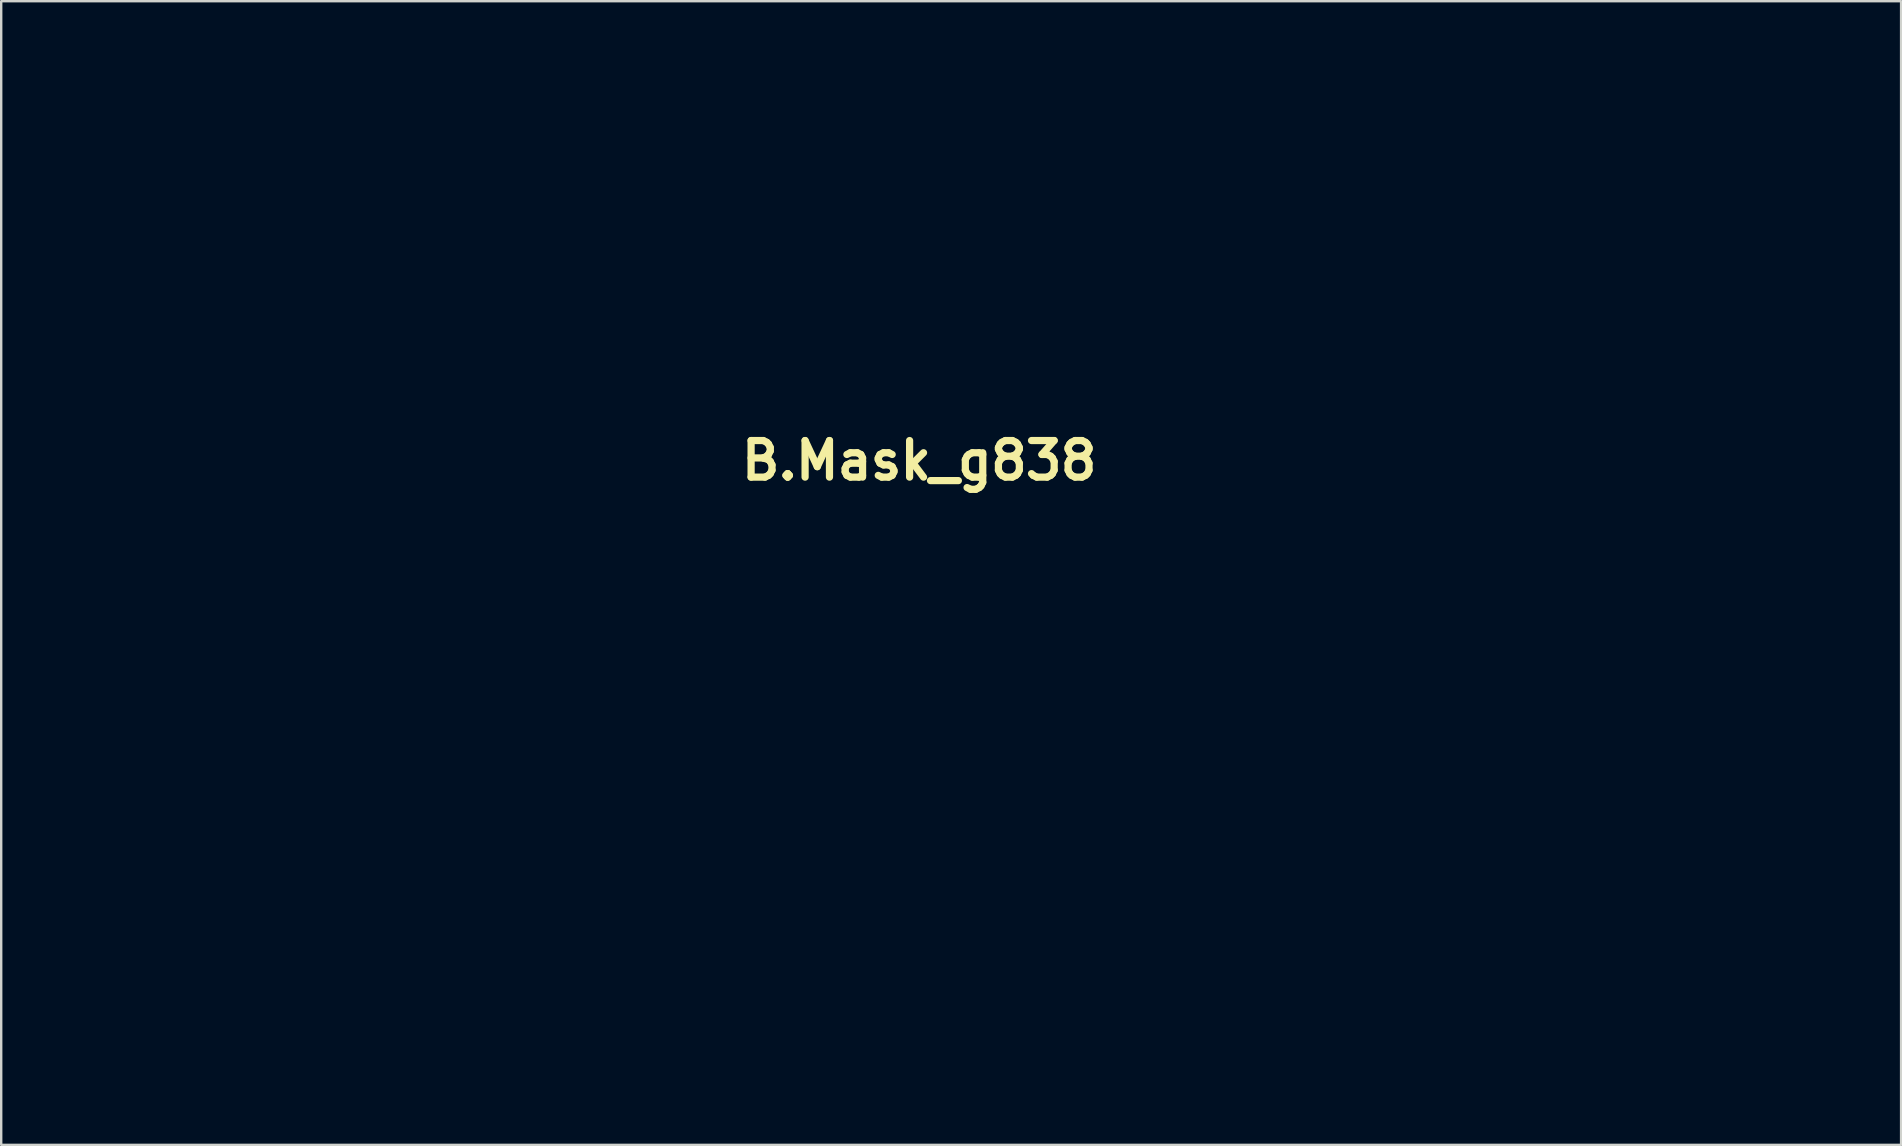
<source format=kicad_pcb>
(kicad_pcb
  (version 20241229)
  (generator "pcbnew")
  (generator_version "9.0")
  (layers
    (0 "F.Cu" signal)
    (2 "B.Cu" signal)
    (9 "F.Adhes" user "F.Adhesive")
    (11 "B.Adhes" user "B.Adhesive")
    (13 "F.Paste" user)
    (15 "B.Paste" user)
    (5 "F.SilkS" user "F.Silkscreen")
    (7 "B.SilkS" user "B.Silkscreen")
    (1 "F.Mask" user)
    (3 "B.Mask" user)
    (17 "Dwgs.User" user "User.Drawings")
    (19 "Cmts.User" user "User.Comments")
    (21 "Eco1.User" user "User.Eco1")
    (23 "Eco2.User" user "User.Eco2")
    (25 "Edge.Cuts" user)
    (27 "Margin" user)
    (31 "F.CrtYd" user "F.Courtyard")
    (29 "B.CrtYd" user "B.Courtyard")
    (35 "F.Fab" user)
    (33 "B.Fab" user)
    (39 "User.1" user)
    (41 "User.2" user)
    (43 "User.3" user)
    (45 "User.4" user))
  (footprint "B.Mask_g838"
    (layer "F.Cu")
    (at 35.248 16.14)
    (property "Reference" "B.Mask_g838" (at 0 0 0) (layer "F.SilkS") (effects (font (size 1.524 1.524) (thickness 0.3))))
    (attr through_hole)
    (fp_poly (pts (xy 13.695 7.324) (xy 13.208 7.324) (xy 13.208 6.858) (xy 13.695 6.858) (xy 13.695 7.324)) (stroke (width 0.01) (type solid)) (fill yes) (layer "B.Mask"))
    (fp_poly (pts (xy 14.605 10.097) (xy 14.139 10.097) (xy 14.139 9.165) (xy 14.605 9.165) (xy 14.605 10.097)) (stroke (width 0.01) (type solid)) (fill yes) (layer "B.Mask"))
    (fp_poly (pts (xy 17.378 9.186) (xy 16.912 9.186) (xy 16.912 8.234) (xy 17.378 8.234) (xy 17.378 9.186)) (stroke (width 0.01) (type solid)) (fill yes) (layer "B.Mask"))
    (fp_poly (pts (xy -25.987 -15.274) (xy -25.895 -15.265) (xy -25.806 -15.255) (xy -25.744 -15.248) (xy -25.654 -15.235) (xy -25.654 -13.652) (xy -26.141 -13.652) (xy -26.141 -15.288) (xy -25.987 -15.274)) (stroke (width 0.01) (type solid)) (fill yes) (layer "B.Mask"))
    (fp_poly (pts (xy -19.119 -15.274) (xy -19.025 -15.266) (xy -18.935 -15.256) (xy -18.867 -15.248) (xy -18.865 -15.248) (xy -18.775 -15.235) (xy -18.775 -13.652) (xy -19.283 -13.652) (xy -19.283 -15.288) (xy -19.119 -15.274)) (stroke (width 0.01) (type solid)) (fill yes) (layer "B.Mask"))
    (fp_poly (pts (xy -18.187 -16.121) (xy -18.094 -16.113) (xy -18.008 -16.104) (xy -17.945 -16.096) (xy -17.933 -16.094) (xy -17.865 -16.082) (xy -17.865 -13.652) (xy -18.373 -13.652) (xy -18.373 -16.135) (xy -18.187 -16.121)) (stroke (width 0.01) (type solid)) (fill yes) (layer "B.Mask"))
    (fp_poly (pts (xy -15.563 -15.273) (xy -15.469 -15.265) (xy -15.379 -15.255) (xy -15.311 -15.248) (xy -15.309 -15.247) (xy -15.219 -15.235) (xy -15.219 -13.652) (xy -15.727 -13.652) (xy -15.727 -15.287) (xy -15.563 -15.273)) (stroke (width 0.01) (type solid)) (fill yes) (layer "B.Mask"))
    (fp_poly (pts (xy 13.88 -6.653) (xy 13.975 -6.643) (xy 14.08 -6.633) (xy 14.129 -6.628) (xy 14.256 -6.615) (xy 14.261 -5.816) (xy 14.267 -5.016) (xy 13.758 -5.016) (xy 13.758 -6.664) (xy 13.88 -6.653)) (stroke (width 0.01) (type solid)) (fill yes) (layer "B.Mask"))
    (fp_poly (pts (xy 14.748 -7.506) (xy 14.809 -7.498) (xy 14.894 -7.49) (xy 14.986 -7.481) (xy 14.991 -7.481) (xy 15.155 -7.467) (xy 15.155 -5.016) (xy 14.668 -5.016) (xy 14.668 -7.518) (xy 14.748 -7.506)) (stroke (width 0.01) (type solid)) (fill yes) (layer "B.Mask"))
    (fp_poly (pts (xy 15.515 1.778) (xy 13.229 1.778) (xy 13.229 -0.042) (xy 13.695 -0.042) (xy 13.695 1.312) (xy 15.05 1.312) (xy 15.05 -0.042) (xy 13.695 -0.042) (xy 13.229 -0.042) (xy 13.229 -0.508) (xy 15.515 -0.508) (xy 15.515 1.778)) (stroke (width 0.01) (type solid)) (fill yes) (layer "B.Mask"))
    (fp_poly (pts (xy 16.468 8.255) (xy 15.05 8.255) (xy 15.05 7.324) (xy 15.536 7.324) (xy 15.536 7.768) (xy 15.981 7.768) (xy 15.981 7.324) (xy 15.536 7.324) (xy 15.05 7.324) (xy 15.05 6.858) (xy 16.468 6.858) (xy 16.468 8.255)) (stroke (width 0.01) (type solid)) (fill yes) (layer "B.Mask"))
    (fp_poly (pts (xy 23.812 1.778) (xy 21.548 1.778) (xy 21.548 -0.042) (xy 21.992 -0.042) (xy 21.992 1.312) (xy 23.368 1.312) (xy 23.368 -0.042) (xy 21.992 -0.042) (xy 21.548 -0.042) (xy 21.548 -0.508) (xy 23.812 -0.508) (xy 23.812 1.778)) (stroke (width 0.01) (type solid)) (fill yes) (layer "B.Mask"))
    (fp_poly (pts (xy 23.812 10.075) (xy 21.548 10.075) (xy 21.548 8.255) (xy 21.992 8.255) (xy 21.992 9.61) (xy 23.368 9.61) (xy 23.368 8.255) (xy 21.992 8.255) (xy 21.548 8.255) (xy 21.548 7.789) (xy 23.812 7.789) (xy 23.812 10.075)) (stroke (width 0.01) (type solid)) (fill yes) (layer "B.Mask"))
    (fp_poly (pts (xy -25.836 -16.078) (xy -25.747 -16.042) (xy -25.666 -15.978) (xy -25.606 -15.896) (xy -25.588 -15.853) (xy -25.579 -15.757) (xy -25.604 -15.659) (xy -25.657 -15.573) (xy -25.701 -15.533) (xy -25.79 -15.492) (xy -25.895 -15.477) (xy -25.999 -15.488) (xy -26.056 -15.51) (xy -26.129 -15.569) (xy -26.184 -15.653) (xy -26.213 -15.746) (xy -26.213 -15.823) (xy -26.175 -15.921) (xy -26.105 -16.002) (xy -26.013 -16.057) (xy -25.909 -16.082) (xy -25.836 -16.078)) (stroke (width 0.01) (type solid)) (fill yes) (layer "B.Mask"))
    (fp_poly (pts (xy -18.894 -16.057) (xy -18.881 -16.051) (xy -18.797 -15.987) (xy -18.741 -15.903) (xy -18.714 -15.809) (xy -18.716 -15.712) (xy -18.747 -15.621) (xy -18.808 -15.546) (xy -18.868 -15.507) (xy -18.973 -15.478) (xy -19.086 -15.48) (xy -19.169 -15.503) (xy -19.251 -15.561) (xy -19.309 -15.647) (xy -19.335 -15.75) (xy -19.336 -15.773) (xy -19.317 -15.877) (xy -19.265 -15.964) (xy -19.189 -16.031) (xy -19.096 -16.072) (xy -18.995 -16.083) (xy -18.894 -16.057)) (stroke (width 0.01) (type solid)) (fill yes) (layer "B.Mask"))
    (fp_poly (pts (xy 14.122 -7.433) (xy 14.21 -7.387) (xy 14.274 -7.318) (xy 14.314 -7.234) (xy 14.327 -7.143) (xy 14.311 -7.052) (xy 14.265 -6.968) (xy 14.185 -6.899) (xy 14.16 -6.884) (xy 14.07 -6.848) (xy 13.99 -6.841) (xy 13.904 -6.864) (xy 13.87 -6.878) (xy 13.781 -6.938) (xy 13.725 -7.015) (xy 13.698 -7.103) (xy 13.701 -7.194) (xy 13.73 -7.281) (xy 13.784 -7.357) (xy 13.861 -7.415) (xy 13.959 -7.447) (xy 14.012 -7.451) (xy 14.122 -7.433)) (stroke (width 0.01) (type solid)) (fill yes) (layer "B.Mask"))
    (fp_poly (pts (xy -34.723 -7.576) (xy -34.62 -7.57) (xy -34.549 -7.558) (xy -34.504 -7.538) (xy -34.48 -7.509) (xy -34.471 -7.469) (xy -34.47 -7.451) (xy -34.478 -7.393) (xy -34.51 -7.358) (xy -34.523 -7.351) (xy -34.57 -7.339) (xy -34.648 -7.33) (xy -34.747 -7.325) (xy -34.856 -7.324) (xy -34.965 -7.326) (xy -35.062 -7.331) (xy -35.138 -7.34) (xy -35.179 -7.351) (xy -35.224 -7.394) (xy -35.241 -7.452) (xy -35.227 -7.51) (xy -35.197 -7.544) (xy -35.167 -7.558) (xy -35.123 -7.568) (xy -35.057 -7.574) (xy -34.961 -7.577) (xy -34.862 -7.577) (xy -34.723 -7.576)) (stroke (width 0.01) (type solid)) (fill yes) (layer "B.Mask"))
    (fp_poly (pts (xy -15.372 -16.068) (xy -15.281 -16.018) (xy -15.207 -15.945) (xy -15.201 -15.936) (xy -15.171 -15.882) (xy -15.159 -15.826) (xy -15.161 -15.752) (xy -15.172 -15.676) (xy -15.196 -15.621) (xy -15.243 -15.566) (xy -15.246 -15.563) (xy -15.297 -15.517) (xy -15.345 -15.493) (xy -15.408 -15.481) (xy -15.445 -15.478) (xy -15.529 -15.477) (xy -15.59 -15.49) (xy -15.637 -15.514) (xy -15.722 -15.588) (xy -15.772 -15.678) (xy -15.788 -15.776) (xy -15.771 -15.873) (xy -15.719 -15.96) (xy -15.634 -16.031) (xy -15.621 -16.039) (xy -15.551 -16.068) (xy -15.485 -16.085) (xy -15.464 -16.087) (xy -15.372 -16.068)) (stroke (width 0.01) (type solid)) (fill yes) (layer "B.Mask"))
    (fp_poly (pts (xy -34.717 -7.068) (xy -34.612 -7.062) (xy -34.539 -7.049) (xy -34.493 -7.03) (xy -34.468 -7.001) (xy -34.459 -6.962) (xy -34.459 -6.954) (xy -34.463 -6.913) (xy -34.477 -6.883) (xy -34.507 -6.862) (xy -34.559 -6.848) (xy -34.638 -6.841) (xy -34.75 -6.837) (xy -34.859 -6.837) (xy -35.005 -6.838) (xy -35.112 -6.843) (xy -35.181 -6.85) (xy -35.215 -6.86) (xy -35.217 -6.862) (xy -35.24 -6.911) (xy -35.237 -6.972) (xy -35.212 -7.026) (xy -35.204 -7.035) (xy -35.182 -7.049) (xy -35.147 -7.059) (xy -35.093 -7.065) (xy -35.013 -7.068) (xy -34.9 -7.07) (xy -34.859 -7.07) (xy -34.717 -7.068)) (stroke (width 0.01) (type solid)) (fill yes) (layer "B.Mask"))
    (fp_poly (pts (xy -34.712 -6.116) (xy -34.611 -6.112) (xy -34.54 -6.103) (xy -34.495 -6.087) (xy -34.471 -6.063) (xy -34.461 -6.029) (xy -34.459 -6.003) (xy -34.464 -5.961) (xy -34.481 -5.93) (xy -34.516 -5.909) (xy -34.575 -5.895) (xy -34.663 -5.888) (xy -34.785 -5.885) (xy -34.856 -5.884) (xy -34.984 -5.885) (xy -35.077 -5.888) (xy -35.14 -5.893) (xy -35.18 -5.901) (xy -35.204 -5.913) (xy -35.209 -5.918) (xy -35.236 -5.965) (xy -35.242 -6.001) (xy -35.239 -6.042) (xy -35.224 -6.072) (xy -35.193 -6.093) (xy -35.14 -6.106) (xy -35.06 -6.114) (xy -34.946 -6.117) (xy -34.851 -6.117) (xy -34.712 -6.116)) (stroke (width 0.01) (type solid)) (fill yes) (layer "B.Mask"))
    (fp_poly (pts (xy -34.706 -6.582) (xy -34.606 -6.577) (xy -34.537 -6.567) (xy -34.493 -6.551) (xy -34.47 -6.526) (xy -34.46 -6.491) (xy -34.459 -6.468) (xy -34.464 -6.426) (xy -34.481 -6.396) (xy -34.516 -6.374) (xy -34.575 -6.361) (xy -34.663 -6.353) (xy -34.785 -6.35) (xy -34.856 -6.35) (xy -34.984 -6.351) (xy -35.077 -6.353) (xy -35.14 -6.358) (xy -35.18 -6.367) (xy -35.204 -6.379) (xy -35.209 -6.383) (xy -35.237 -6.433) (xy -35.241 -6.493) (xy -35.222 -6.543) (xy -35.202 -6.561) (xy -35.166 -6.569) (xy -35.096 -6.575) (xy -35 -6.58) (xy -34.887 -6.583) (xy -34.843 -6.583) (xy -34.706 -6.582)) (stroke (width 0.01) (type solid)) (fill yes) (layer "B.Mask"))
    (fp_poly (pts (xy -33.451 -8.734) (xy -33.413 -8.709) (xy -33.4 -8.689) (xy -33.391 -8.655) (xy -33.385 -8.601) (xy -33.381 -8.521) (xy -33.38 -8.407) (xy -33.38 -8.342) (xy -33.381 -8.196) (xy -33.386 -8.089) (xy -33.393 -8.02) (xy -33.403 -7.986) (xy -33.405 -7.984) (xy -33.455 -7.96) (xy -33.516 -7.964) (xy -33.569 -7.993) (xy -33.58 -8.006) (xy -33.593 -8.034) (xy -33.603 -8.079) (xy -33.609 -8.146) (xy -33.612 -8.243) (xy -33.613 -8.355) (xy -33.612 -8.475) (xy -33.61 -8.561) (xy -33.605 -8.619) (xy -33.597 -8.657) (xy -33.585 -8.682) (xy -33.57 -8.7) (xy -33.511 -8.736) (xy -33.451 -8.734)) (stroke (width 0.01) (type solid)) (fill yes) (layer "B.Mask"))
    (fp_poly (pts (xy -32.932 -4.991) (xy -32.899 -4.974) (xy -32.876 -4.94) (xy -32.861 -4.882) (xy -32.854 -4.795) (xy -32.851 -4.673) (xy -32.851 -4.612) (xy -32.852 -4.484) (xy -32.855 -4.391) (xy -32.861 -4.327) (xy -32.871 -4.284) (xy -32.884 -4.259) (xy -32.933 -4.221) (xy -32.994 -4.216) (xy -33.05 -4.245) (xy -33.05 -4.245) (xy -33.063 -4.265) (xy -33.072 -4.299) (xy -33.079 -4.353) (xy -33.082 -4.433) (xy -33.083 -4.547) (xy -33.084 -4.612) (xy -33.083 -4.748) (xy -33.08 -4.848) (xy -33.072 -4.916) (xy -33.059 -4.96) (xy -33.039 -4.984) (xy -33.01 -4.994) (xy -32.977 -4.995) (xy -32.932 -4.991)) (stroke (width 0.01) (type solid)) (fill yes) (layer "B.Mask"))
    (fp_poly (pts (xy -31.947 -4.993) (xy -31.919 -4.981) (xy -31.899 -4.955) (xy -31.887 -4.909) (xy -31.88 -4.837) (xy -31.878 -4.733) (xy -31.877 -4.612) (xy -31.878 -4.481) (xy -31.88 -4.386) (xy -31.885 -4.321) (xy -31.893 -4.279) (xy -31.904 -4.253) (xy -31.91 -4.245) (xy -31.966 -4.216) (xy -32.029 -4.22) (xy -32.075 -4.251) (xy -32.089 -4.272) (xy -32.098 -4.306) (xy -32.105 -4.358) (xy -32.108 -4.437) (xy -32.11 -4.547) (xy -32.11 -4.609) (xy -32.109 -4.746) (xy -32.104 -4.847) (xy -32.095 -4.916) (xy -32.078 -4.96) (xy -32.053 -4.984) (xy -32.017 -4.994) (xy -31.986 -4.995) (xy -31.947 -4.993)) (stroke (width 0.01) (type solid)) (fill yes) (layer "B.Mask"))
    (fp_poly (pts (xy -30.969 -7.047) (xy -30.867 -7.043) (xy -30.788 -7.037) (xy -30.74 -7.029) (xy -30.733 -7.027) (xy -30.7 -6.989) (xy -30.692 -6.932) (xy -30.703 -6.868) (xy -30.733 -6.838) (xy -30.768 -6.83) (xy -30.838 -6.823) (xy -30.934 -6.818) (xy -31.047 -6.816) (xy -31.089 -6.816) (xy -31.213 -6.816) (xy -31.302 -6.818) (xy -31.362 -6.823) (xy -31.401 -6.83) (xy -31.426 -6.842) (xy -31.44 -6.854) (xy -31.471 -6.915) (xy -31.464 -6.976) (xy -31.436 -7.013) (xy -31.414 -7.028) (xy -31.38 -7.037) (xy -31.327 -7.044) (xy -31.248 -7.047) (xy -31.136 -7.048) (xy -31.085 -7.048) (xy -30.969 -7.047)) (stroke (width 0.01) (type solid)) (fill yes) (layer "B.Mask"))
    (fp_poly (pts (xy -30.939 -5.63) (xy -30.84 -5.626) (xy -30.771 -5.619) (xy -30.727 -5.606) (xy -30.704 -5.586) (xy -30.694 -5.556) (xy -30.692 -5.522) (xy -30.695 -5.478) (xy -30.708 -5.446) (xy -30.738 -5.423) (xy -30.789 -5.409) (xy -30.866 -5.401) (xy -30.977 -5.398) (xy -31.081 -5.397) (xy -31.207 -5.398) (xy -31.297 -5.4) (xy -31.359 -5.404) (xy -31.399 -5.412) (xy -31.424 -5.423) (xy -31.44 -5.436) (xy -31.471 -5.497) (xy -31.466 -5.56) (xy -31.442 -5.597) (xy -31.422 -5.61) (xy -31.388 -5.619) (xy -31.334 -5.625) (xy -31.254 -5.629) (xy -31.14 -5.63) (xy -31.075 -5.63) (xy -30.939 -5.63)) (stroke (width 0.01) (type solid)) (fill yes) (layer "B.Mask"))
    (fp_poly (pts (xy -30.939 -6.095) (xy -30.839 -6.092) (xy -30.771 -6.085) (xy -30.727 -6.072) (xy -30.703 -6.051) (xy -30.693 -6.022) (xy -30.692 -5.989) (xy -30.696 -5.944) (xy -30.713 -5.911) (xy -30.747 -5.888) (xy -30.805 -5.874) (xy -30.892 -5.866) (xy -31.014 -5.863) (xy -31.075 -5.863) (xy -31.203 -5.864) (xy -31.296 -5.867) (xy -31.36 -5.874) (xy -31.403 -5.884) (xy -31.428 -5.896) (xy -31.466 -5.946) (xy -31.471 -6.006) (xy -31.442 -6.062) (xy -31.442 -6.063) (xy -31.422 -6.076) (xy -31.388 -6.085) (xy -31.334 -6.091) (xy -31.254 -6.094) (xy -31.14 -6.096) (xy -31.075 -6.096) (xy -30.939 -6.095)) (stroke (width 0.01) (type solid)) (fill yes) (layer "B.Mask"))
    (fp_poly (pts (xy -34.727 -5.651) (xy -34.637 -5.649) (xy -34.575 -5.645) (xy -34.535 -5.637) (xy -34.51 -5.626) (xy -34.494 -5.613) (xy -34.463 -5.552) (xy -34.468 -5.489) (xy -34.493 -5.452) (xy -34.513 -5.439) (xy -34.547 -5.429) (xy -34.601 -5.424) (xy -34.683 -5.42) (xy -34.798 -5.419) (xy -34.847 -5.419) (xy -34.964 -5.421) (xy -35.066 -5.425) (xy -35.146 -5.431) (xy -35.196 -5.438) (xy -35.205 -5.442) (xy -35.234 -5.48) (xy -35.241 -5.536) (xy -35.227 -5.593) (xy -35.209 -5.618) (xy -35.189 -5.631) (xy -35.155 -5.641) (xy -35.1 -5.647) (xy -35.018 -5.65) (xy -34.903 -5.651) (xy -34.853 -5.652) (xy -34.727 -5.651)) (stroke (width 0.01) (type solid)) (fill yes) (layer "B.Mask"))
    (fp_poly (pts (xy -33.862 -4.99) (xy -33.829 -4.97) (xy -33.807 -4.931) (xy -33.792 -4.866) (xy -33.785 -4.771) (xy -33.782 -4.641) (xy -33.782 -4.604) (xy -33.783 -4.477) (xy -33.786 -4.386) (xy -33.793 -4.323) (xy -33.803 -4.281) (xy -33.815 -4.259) (xy -33.865 -4.22) (xy -33.93 -4.216) (xy -33.978 -4.235) (xy -33.992 -4.247) (xy -34.002 -4.269) (xy -34.008 -4.308) (xy -34.012 -4.368) (xy -34.014 -4.458) (xy -34.015 -4.583) (xy -34.015 -4.601) (xy -34.014 -4.739) (xy -34.011 -4.841) (xy -34.004 -4.911) (xy -33.992 -4.956) (xy -33.972 -4.982) (xy -33.944 -4.993) (xy -33.906 -4.995) (xy -33.906 -4.995) (xy -33.862 -4.99)) (stroke (width 0.01) (type solid)) (fill yes) (layer "B.Mask"))
    (fp_poly (pts (xy -33.396 -4.99) (xy -33.363 -4.97) (xy -33.341 -4.931) (xy -33.327 -4.866) (xy -33.319 -4.771) (xy -33.316 -4.641) (xy -33.316 -4.604) (xy -33.317 -4.477) (xy -33.321 -4.386) (xy -33.327 -4.323) (xy -33.338 -4.281) (xy -33.349 -4.259) (xy -33.4 -4.22) (xy -33.465 -4.216) (xy -33.512 -4.235) (xy -33.526 -4.247) (xy -33.536 -4.269) (xy -33.543 -4.308) (xy -33.547 -4.368) (xy -33.549 -4.458) (xy -33.549 -4.583) (xy -33.549 -4.601) (xy -33.548 -4.739) (xy -33.545 -4.841) (xy -33.539 -4.911) (xy -33.526 -4.956) (xy -33.507 -4.982) (xy -33.479 -4.993) (xy -33.441 -4.995) (xy -33.44 -4.995) (xy -33.396 -4.99)) (stroke (width 0.01) (type solid)) (fill yes) (layer "B.Mask"))
    (fp_poly (pts (xy -32.493 -8.729) (xy -32.462 -8.703) (xy -32.449 -8.682) (xy -32.439 -8.649) (xy -32.433 -8.597) (xy -32.429 -8.52) (xy -32.428 -8.411) (xy -32.427 -8.337) (xy -32.429 -8.191) (xy -32.433 -8.086) (xy -32.441 -8.018) (xy -32.452 -7.985) (xy -32.453 -7.984) (xy -32.499 -7.962) (xy -32.558 -7.959) (xy -32.612 -7.975) (xy -32.638 -8) (xy -32.646 -8.035) (xy -32.653 -8.105) (xy -32.658 -8.201) (xy -32.66 -8.315) (xy -32.66 -8.358) (xy -32.66 -8.481) (xy -32.658 -8.568) (xy -32.655 -8.627) (xy -32.648 -8.664) (xy -32.637 -8.687) (xy -32.621 -8.703) (xy -32.613 -8.709) (xy -32.548 -8.739) (xy -32.493 -8.729)) (stroke (width 0.01) (type solid)) (fill yes) (layer "B.Mask"))
    (fp_poly (pts (xy -32.456 -4.993) (xy -32.428 -4.982) (xy -32.408 -4.957) (xy -32.396 -4.912) (xy -32.389 -4.841) (xy -32.386 -4.74) (xy -32.385 -4.602) (xy -32.385 -4.6) (xy -32.385 -4.472) (xy -32.387 -4.379) (xy -32.39 -4.316) (xy -32.396 -4.275) (xy -32.405 -4.252) (xy -32.419 -4.238) (xy -32.426 -4.234) (xy -32.497 -4.213) (xy -32.557 -4.231) (xy -32.585 -4.259) (xy -32.599 -4.288) (xy -32.608 -4.333) (xy -32.614 -4.401) (xy -32.617 -4.499) (xy -32.618 -4.604) (xy -32.616 -4.744) (xy -32.61 -4.846) (xy -32.597 -4.918) (xy -32.577 -4.963) (xy -32.547 -4.987) (xy -32.506 -4.995) (xy -32.494 -4.995) (xy -32.456 -4.993)) (stroke (width 0.01) (type solid)) (fill yes) (layer "B.Mask"))
    (fp_poly (pts (xy -32.005 -8.731) (xy -31.966 -8.709) (xy -31.948 -8.694) (xy -31.936 -8.675) (xy -31.927 -8.644) (xy -31.922 -8.595) (xy -31.92 -8.52) (xy -31.919 -8.413) (xy -31.919 -8.358) (xy -31.921 -8.24) (xy -31.925 -8.137) (xy -31.931 -8.057) (xy -31.938 -8.008) (xy -31.941 -8) (xy -31.978 -7.97) (xy -32.035 -7.958) (xy -32.093 -7.965) (xy -32.127 -7.984) (xy -32.138 -8.013) (xy -32.146 -8.078) (xy -32.15 -8.179) (xy -32.152 -8.32) (xy -32.152 -8.341) (xy -32.152 -8.468) (xy -32.15 -8.56) (xy -32.146 -8.623) (xy -32.139 -8.664) (xy -32.128 -8.69) (xy -32.113 -8.707) (xy -32.06 -8.738) (xy -32.005 -8.731)) (stroke (width 0.01) (type solid)) (fill yes) (layer "B.Mask"))
    (fp_poly (pts (xy -30.949 -7.556) (xy -30.861 -7.554) (xy -30.802 -7.549) (xy -30.764 -7.541) (xy -30.74 -7.53) (xy -30.727 -7.518) (xy -30.698 -7.463) (xy -30.694 -7.401) (xy -30.715 -7.351) (xy -30.717 -7.349) (xy -30.746 -7.338) (xy -30.81 -7.33) (xy -30.912 -7.325) (xy -31.052 -7.324) (xy -31.075 -7.324) (xy -31.206 -7.324) (xy -31.301 -7.327) (xy -31.366 -7.332) (xy -31.408 -7.339) (xy -31.434 -7.35) (xy -31.442 -7.357) (xy -31.471 -7.413) (xy -31.467 -7.473) (xy -31.428 -7.523) (xy -31.428 -7.524) (xy -31.4 -7.537) (xy -31.356 -7.547) (xy -31.29 -7.553) (xy -31.194 -7.556) (xy -31.071 -7.556) (xy -30.949 -7.556)) (stroke (width 0.01) (type solid)) (fill yes) (layer "B.Mask"))
    (fp_poly (pts (xy -30.948 -6.561) (xy -30.846 -6.558) (xy -30.776 -6.551) (xy -30.731 -6.539) (xy -30.705 -6.519) (xy -30.694 -6.491) (xy -30.692 -6.453) (xy -30.692 -6.453) (xy -30.697 -6.409) (xy -30.717 -6.376) (xy -30.756 -6.353) (xy -30.821 -6.339) (xy -30.916 -6.332) (xy -31.046 -6.329) (xy -31.083 -6.329) (xy -31.21 -6.33) (xy -31.301 -6.333) (xy -31.364 -6.34) (xy -31.406 -6.35) (xy -31.428 -6.362) (xy -31.468 -6.412) (xy -31.47 -6.477) (xy -31.453 -6.521) (xy -31.442 -6.536) (xy -31.423 -6.547) (xy -31.391 -6.554) (xy -31.338 -6.559) (xy -31.259 -6.561) (xy -31.147 -6.562) (xy -31.087 -6.562) (xy -30.948 -6.561)) (stroke (width 0.01) (type solid)) (fill yes) (layer "B.Mask"))
    (fp_poly (pts (xy -33.917 -8.734) (xy -33.879 -8.709) (xy -33.866 -8.689) (xy -33.857 -8.655) (xy -33.85 -8.601) (xy -33.847 -8.521) (xy -33.846 -8.407) (xy -33.846 -8.342) (xy -33.847 -8.196) (xy -33.851 -8.089) (xy -33.859 -8.02) (xy -33.869 -7.986) (xy -33.871 -7.984) (xy -33.918 -7.962) (xy -33.98 -7.962) (xy -34.035 -7.983) (xy -34.045 -7.992) (xy -34.058 -8.012) (xy -34.068 -8.047) (xy -34.074 -8.103) (xy -34.077 -8.186) (xy -34.078 -8.302) (xy -34.078 -8.341) (xy -34.078 -8.465) (xy -34.076 -8.553) (xy -34.072 -8.613) (xy -34.064 -8.653) (xy -34.053 -8.679) (xy -34.036 -8.699) (xy -34.036 -8.7) (xy -33.977 -8.736) (xy -33.917 -8.734)) (stroke (width 0.01) (type solid)) (fill yes) (layer "B.Mask"))
    (fp_poly (pts (xy -32.967 -8.726) (xy -32.945 -8.712) (xy -32.928 -8.696) (xy -32.917 -8.672) (xy -32.909 -8.632) (xy -32.903 -8.57) (xy -32.9 -8.478) (xy -32.898 -8.378) (xy -32.896 -8.236) (xy -32.9 -8.131) (xy -32.909 -8.057) (xy -32.927 -8.008) (xy -32.954 -7.98) (xy -32.992 -7.966) (xy -33.014 -7.963) (xy -33.07 -7.967) (xy -33.109 -8) (xy -33.116 -8.009) (xy -33.129 -8.037) (xy -33.139 -8.075) (xy -33.144 -8.131) (xy -33.145 -8.212) (xy -33.144 -8.326) (xy -33.143 -8.372) (xy -33.14 -8.494) (xy -33.136 -8.581) (xy -33.13 -8.639) (xy -33.122 -8.676) (xy -33.11 -8.699) (xy -33.095 -8.712) (xy -33.031 -8.74) (xy -32.967 -8.726)) (stroke (width 0.01) (type solid)) (fill yes) (layer "B.Mask"))
    (fp_poly (pts (xy -19.854 -15.26) (xy -19.768 -15.257) (xy -19.706 -15.249) (xy -19.665 -15.237) (xy -19.64 -15.218) (xy -19.626 -15.191) (xy -19.619 -15.155) (xy -19.615 -15.108) (xy -19.611 -15.06) (xy -19.602 -14.983) (xy -19.592 -14.917) (xy -19.586 -14.886) (xy -19.583 -14.868) (xy -19.587 -14.856) (xy -19.605 -14.847) (xy -19.641 -14.841) (xy -19.702 -14.838) (xy -19.795 -14.835) (xy -19.918 -14.833) (xy -20.26 -14.827) (xy -19.899 -14.358) (xy -19.537 -13.888) (xy -19.537 -13.652) (xy -20.955 -13.652) (xy -20.955 -14.055) (xy -20.234 -14.055) (xy -20.606 -14.545) (xy -20.978 -15.036) (xy -20.966 -15.251) (xy -20.306 -15.256) (xy -20.119 -15.258) (xy -19.97 -15.26) (xy -19.854 -15.26)) (stroke (width 0.01) (type solid)) (fill yes) (layer "B.Mask"))
    (fp_poly (pts (xy -31.565 2.481) (xy -31.295 2.487) (xy -31.289 3.546) (xy -31.284 4.606) (xy -30.838 5.12) (xy -30.73 5.245) (xy -30.633 5.361) (xy -30.549 5.462) (xy -30.482 5.546) (xy -30.435 5.607) (xy -30.411 5.644) (xy -30.409 5.652) (xy -30.455 5.693) (xy -30.518 5.748) (xy -30.59 5.809) (xy -30.664 5.872) (xy -30.733 5.929) (xy -30.79 5.975) (xy -30.827 6.003) (xy -30.838 6.01) (xy -30.854 5.994) (xy -30.894 5.95) (xy -30.955 5.881) (xy -31.033 5.792) (xy -31.125 5.686) (xy -31.227 5.568) (xy -31.274 5.514) (xy -31.697 5.019) (xy -32.782 5.018) (xy -33.867 5.016) (xy -33.867 4.424) (xy -31.835 4.424) (xy -31.835 2.475) (xy -31.565 2.481)) (stroke (width 0.01) (type solid)) (fill yes) (layer "B.Mask"))
    (fp_poly (pts (xy 20.025 -6.661) (xy 20.107 -6.642) (xy 20.119 -6.637) (xy 20.191 -6.598) (xy 20.26 -6.546) (xy 20.272 -6.535) (xy 20.341 -6.469) (xy 20.341 -6.57) (xy 20.343 -6.631) (xy 20.351 -6.659) (xy 20.371 -6.664) (xy 20.389 -6.661) (xy 20.43 -6.655) (xy 20.502 -6.647) (xy 20.591 -6.639) (xy 20.643 -6.635) (xy 20.849 -6.62) (xy 20.849 -5.016) (xy 20.341 -5.016) (xy 20.341 -6.003) (xy 20.283 -6.058) (xy 20.176 -6.133) (xy 20.057 -6.175) (xy 19.936 -6.181) (xy 19.845 -6.16) (xy 19.805 -6.147) (xy 19.789 -6.144) (xy 19.786 -6.166) (xy 19.777 -6.221) (xy 19.765 -6.301) (xy 19.751 -6.397) (xy 19.714 -6.646) (xy 19.758 -6.66) (xy 19.831 -6.672) (xy 19.926 -6.672) (xy 20.025 -6.661)) (stroke (width 0.01) (type solid)) (fill yes) (layer "B.Mask"))
    (fp_poly (pts (xy -27.398 -15.276) (xy -27.21 -15.217) (xy -27.077 -15.162) (xy -27.058 -15.169) (xy -27.051 -15.215) (xy -27.051 -15.218) (xy -27.051 -15.286) (xy -26.856 -15.27) (xy -26.763 -15.262) (xy -26.68 -15.253) (xy -26.622 -15.244) (xy -26.607 -15.241) (xy -26.554 -15.226) (xy -26.548 -14.439) (xy -26.542 -13.652) (xy -27.051 -13.652) (xy -27.051 -14.819) (xy -27.152 -14.864) (xy -27.265 -14.903) (xy -27.371 -14.919) (xy -27.46 -14.911) (xy -27.517 -14.884) (xy -27.57 -14.842) (xy -27.576 -14.247) (xy -27.582 -13.652) (xy -28.091 -13.652) (xy -28.084 -14.314) (xy -28.082 -14.513) (xy -28.079 -14.674) (xy -28.075 -14.802) (xy -28.068 -14.903) (xy -28.059 -14.98) (xy -28.045 -15.039) (xy -28.027 -15.085) (xy -28.003 -15.122) (xy -27.974 -15.155) (xy -27.936 -15.189) (xy -27.933 -15.192) (xy -27.828 -15.261) (xy -27.705 -15.298) (xy -27.563 -15.303) (xy -27.398 -15.276)) (stroke (width 0.01) (type solid)) (fill yes) (layer "B.Mask"))
    (fp_poly (pts (xy 17.695 -7.465) (xy 17.82 -7.418) (xy 17.827 -7.414) (xy 17.951 -7.323) (xy 18.044 -7.207) (xy 18.105 -7.064) (xy 18.136 -6.894) (xy 18.14 -6.791) (xy 18.14 -6.625) (xy 18.373 -6.625) (xy 18.373 -6.223) (xy 18.14 -6.223) (xy 18.14 -5.016) (xy 17.653 -5.016) (xy 17.653 -6.221) (xy 17.468 -6.227) (xy 17.283 -6.234) (xy 17.268 -6.361) (xy 17.258 -6.443) (xy 17.248 -6.519) (xy 17.243 -6.556) (xy 17.232 -6.625) (xy 17.653 -6.625) (xy 17.653 -6.715) (xy 17.644 -6.849) (xy 17.619 -6.948) (xy 17.576 -7.018) (xy 17.575 -7.019) (xy 17.541 -7.051) (xy 17.507 -7.065) (xy 17.456 -7.067) (xy 17.403 -7.063) (xy 17.329 -7.055) (xy 17.268 -7.048) (xy 17.243 -7.045) (xy 17.222 -7.048) (xy 17.202 -7.069) (xy 17.181 -7.116) (xy 17.154 -7.195) (xy 17.143 -7.228) (xy 17.118 -7.31) (xy 17.099 -7.376) (xy 17.09 -7.416) (xy 17.089 -7.423) (xy 17.111 -7.43) (xy 17.162 -7.445) (xy 17.231 -7.463) (xy 17.388 -7.489) (xy 17.546 -7.489) (xy 17.695 -7.465)) (stroke (width 0.01) (type solid)) (fill yes) (layer "B.Mask"))
    (fp_poly (pts (xy 24.701 -5.016) (xy 24.172 -5.016) (xy 24.172 -5.772) (xy 23.913 -5.785) (xy 23.72 -5.8) (xy 23.562 -5.826) (xy 23.43 -5.866) (xy 23.319 -5.922) (xy 23.22 -5.996) (xy 23.184 -6.031) (xy 23.085 -6.158) (xy 23.015 -6.31) (xy 22.977 -6.476) (xy 22.976 -6.542) (xy 23.517 -6.542) (xy 23.524 -6.451) (xy 23.544 -6.379) (xy 23.546 -6.375) (xy 23.599 -6.307) (xy 23.68 -6.257) (xy 23.792 -6.224) (xy 23.94 -6.207) (xy 24.019 -6.204) (xy 24.172 -6.202) (xy 24.172 -6.9) (xy 23.977 -6.9) (xy 23.828 -6.892) (xy 23.713 -6.867) (xy 23.625 -6.824) (xy 23.57 -6.775) (xy 23.541 -6.718) (xy 23.523 -6.636) (xy 23.517 -6.542) (xy 22.976 -6.542) (xy 22.974 -6.647) (xy 22.976 -6.667) (xy 23.004 -6.794) (xy 23.057 -6.922) (xy 23.126 -7.035) (xy 23.205 -7.119) (xy 23.279 -7.175) (xy 23.353 -7.22) (xy 23.432 -7.255) (xy 23.522 -7.282) (xy 23.628 -7.3) (xy 23.757 -7.313) (xy 23.914 -7.32) (xy 24.105 -7.323) (xy 24.209 -7.323) (xy 24.701 -7.324) (xy 24.701 -5.016)) (stroke (width 0.01) (type solid)) (fill yes) (layer "B.Mask"))
    (fp_poly (pts (xy 35.664 -11.748) (xy 35.969 -11.696) (xy 36.266 -11.607) (xy 36.551 -11.482) (xy 36.821 -11.321) (xy 37.072 -11.126) (xy 37.247 -10.955) (xy 37.453 -10.704) (xy 37.621 -10.435) (xy 37.751 -10.15) (xy 37.841 -9.847) (xy 37.893 -9.528) (xy 37.904 -9.364) (xy 37.898 -9.033) (xy 37.856 -8.721) (xy 37.775 -8.425) (xy 37.655 -8.142) (xy 37.495 -7.868) (xy 37.34 -7.657) (xy 37.131 -7.431) (xy 36.893 -7.233) (xy 36.631 -7.064) (xy 36.348 -6.929) (xy 36.051 -6.83) (xy 35.847 -6.785) (xy 35.685 -6.765) (xy 35.5 -6.755) (xy 35.305 -6.756) (xy 35.118 -6.767) (xy 34.953 -6.787) (xy 34.914 -6.794) (xy 34.607 -6.877) (xy 34.318 -6.996) (xy 34.05 -7.147) (xy 33.804 -7.328) (xy 33.583 -7.535) (xy 33.388 -7.767) (xy 33.223 -8.02) (xy 33.089 -8.29) (xy 32.989 -8.576) (xy 32.924 -8.874) (xy 32.898 -9.181) (xy 32.91 -9.488) (xy 32.965 -9.817) (xy 33.057 -10.128) (xy 33.185 -10.42) (xy 33.347 -10.69) (xy 33.541 -10.936) (xy 33.767 -11.156) (xy 34.021 -11.347) (xy 34.303 -11.507) (xy 34.437 -11.568) (xy 34.738 -11.673) (xy 35.045 -11.737) (xy 35.355 -11.762) (xy 35.664 -11.748)) (stroke (width 0.01) (type solid)) (fill yes) (layer "B.Mask"))
    (fp_poly (pts (xy 35.628 20.51) (xy 35.923 20.555) (xy 36.212 20.634) (xy 36.493 20.748) (xy 36.76 20.898) (xy 37.012 21.084) (xy 37.18 21.239) (xy 37.398 21.487) (xy 37.579 21.755) (xy 37.723 22.044) (xy 37.829 22.352) (xy 37.838 22.388) (xy 37.874 22.567) (xy 37.897 22.771) (xy 37.907 22.987) (xy 37.903 23.197) (xy 37.884 23.389) (xy 37.881 23.411) (xy 37.809 23.721) (xy 37.7 24.017) (xy 37.556 24.296) (xy 37.379 24.553) (xy 37.173 24.787) (xy 36.94 24.993) (xy 36.683 25.168) (xy 36.403 25.31) (xy 36.283 25.358) (xy 36.033 25.432) (xy 35.762 25.481) (xy 35.484 25.506) (xy 35.209 25.503) (xy 34.951 25.474) (xy 34.893 25.463) (xy 34.587 25.378) (xy 34.297 25.256) (xy 34.025 25.099) (xy 33.776 24.912) (xy 33.552 24.695) (xy 33.356 24.454) (xy 33.193 24.189) (xy 33.064 23.904) (xy 33.053 23.873) (xy 32.96 23.553) (xy 32.909 23.232) (xy 32.898 22.913) (xy 32.929 22.599) (xy 33 22.291) (xy 33.111 21.993) (xy 33.261 21.707) (xy 33.45 21.436) (xy 33.479 21.4) (xy 33.694 21.169) (xy 33.932 20.973) (xy 34.188 20.81) (xy 34.46 20.681) (xy 34.743 20.586) (xy 35.034 20.526) (xy 35.33 20.501) (xy 35.628 20.51)) (stroke (width 0.01) (type solid)) (fill yes) (layer "B.Mask"))
    (fp_poly (pts (xy 18.96 -7.042) (xy 19.019 -7.033) (xy 19.104 -7.021) (xy 19.198 -7.007) (xy 19.214 -7.005) (xy 19.389 -6.98) (xy 19.389 -6.625) (xy 19.664 -6.625) (xy 19.664 -6.223) (xy 19.393 -6.223) (xy 19.385 -5.784) (xy 19.381 -5.632) (xy 19.377 -5.516) (xy 19.372 -5.429) (xy 19.366 -5.364) (xy 19.356 -5.316) (xy 19.344 -5.276) (xy 19.333 -5.249) (xy 19.27 -5.149) (xy 19.184 -5.064) (xy 19.087 -5.007) (xy 19.056 -4.997) (xy 18.927 -4.977) (xy 18.78 -4.979) (xy 18.632 -5.003) (xy 18.558 -5.024) (xy 18.486 -5.049) (xy 18.432 -5.07) (xy 18.406 -5.082) (xy 18.405 -5.083) (xy 18.408 -5.105) (xy 18.425 -5.157) (xy 18.452 -5.229) (xy 18.463 -5.257) (xy 18.497 -5.337) (xy 18.521 -5.385) (xy 18.542 -5.407) (xy 18.564 -5.412) (xy 18.584 -5.408) (xy 18.686 -5.386) (xy 18.759 -5.382) (xy 18.81 -5.396) (xy 18.836 -5.417) (xy 18.852 -5.435) (xy 18.864 -5.457) (xy 18.872 -5.491) (xy 18.877 -5.541) (xy 18.879 -5.616) (xy 18.88 -5.72) (xy 18.881 -5.842) (xy 18.881 -6.223) (xy 18.484 -6.223) (xy 18.47 -6.361) (xy 18.461 -6.444) (xy 18.451 -6.52) (xy 18.443 -6.562) (xy 18.431 -6.625) (xy 18.881 -6.625) (xy 18.881 -7.054) (xy 18.96 -7.042)) (stroke (width 0.01) (type solid)) (fill yes) (layer "B.Mask"))
    (fp_poly (pts (xy -10.902 -15.296) (xy -10.772 -15.273) (xy -10.628 -15.226) (xy -10.536 -15.188) (xy -10.509 -15.184) (xy -10.499 -15.21) (xy -10.499 -15.23) (xy -10.499 -15.288) (xy -10.345 -15.274) (xy -10.253 -15.265) (xy -10.164 -15.255) (xy -10.102 -15.248) (xy -10.012 -15.235) (xy -10.012 -12.996) (xy -10.499 -12.996) (xy -10.499 -13.632) (xy -10.557 -13.616) (xy -10.635 -13.604) (xy -10.739 -13.601) (xy -10.853 -13.606) (xy -10.963 -13.619) (xy -11.052 -13.638) (xy -11.206 -13.703) (xy -11.344 -13.8) (xy -11.459 -13.92) (xy -11.543 -14.058) (xy -11.57 -14.129) (xy -11.597 -14.248) (xy -11.612 -14.391) (xy -11.616 -14.543) (xy -11.615 -14.559) (xy -11.1 -14.559) (xy -11.099 -14.437) (xy -11.088 -14.323) (xy -11.068 -14.232) (xy -11.064 -14.222) (xy -11.007 -14.114) (xy -10.927 -14.037) (xy -10.822 -13.991) (xy -10.687 -13.972) (xy -10.652 -13.971) (xy -10.499 -13.97) (xy -10.499 -14.835) (xy -10.616 -14.879) (xy -10.749 -14.915) (xy -10.866 -14.918) (xy -10.962 -14.89) (xy -11.034 -14.832) (xy -11.073 -14.76) (xy -11.092 -14.672) (xy -11.1 -14.559) (xy -11.615 -14.559) (xy -11.607 -14.685) (xy -11.591 -14.78) (xy -11.538 -14.95) (xy -11.466 -15.084) (xy -11.373 -15.183) (xy -11.256 -15.25) (xy -11.112 -15.289) (xy -11.03 -15.298) (xy -10.902 -15.296)) (stroke (width 0.01) (type solid)) (fill yes) (layer "B.Mask"))
    (fp_poly (pts (xy -14.283 -15.293) (xy -14.107 -15.253) (xy -13.948 -15.178) (xy -13.843 -15.099) (xy -13.731 -14.979) (xy -13.65 -14.849) (xy -13.598 -14.7) (xy -13.572 -14.525) (xy -13.568 -14.404) (xy -13.577 -14.221) (xy -13.606 -14.071) (xy -13.656 -13.946) (xy -13.731 -13.841) (xy -13.78 -13.792) (xy -13.905 -13.703) (xy -14.053 -13.641) (xy -14.188 -13.611) (xy -14.297 -13.596) (xy -14.386 -13.592) (xy -14.476 -13.601) (xy -14.579 -13.621) (xy -14.65 -13.641) (xy -14.732 -13.67) (xy -14.816 -13.704) (xy -14.892 -13.739) (xy -14.951 -13.771) (xy -14.983 -13.795) (xy -14.986 -13.802) (xy -14.976 -13.827) (xy -14.951 -13.877) (xy -14.916 -13.941) (xy -14.879 -14.007) (xy -14.846 -14.063) (xy -14.822 -14.099) (xy -14.818 -14.104) (xy -14.791 -14.105) (xy -14.74 -14.088) (xy -14.694 -14.067) (xy -14.553 -14.014) (xy -14.422 -13.998) (xy -14.303 -14.021) (xy -14.267 -14.037) (xy -14.189 -14.087) (xy -14.136 -14.147) (xy -14.104 -14.226) (xy -14.089 -14.332) (xy -14.087 -14.425) (xy -14.089 -14.528) (xy -14.097 -14.603) (xy -14.113 -14.664) (xy -14.136 -14.716) (xy -14.204 -14.819) (xy -14.288 -14.885) (xy -14.391 -14.915) (xy -14.514 -14.909) (xy -14.639 -14.875) (xy -14.788 -14.823) (xy -14.878 -14.989) (xy -14.968 -15.156) (xy -14.866 -15.199) (xy -14.667 -15.267) (xy -14.471 -15.298) (xy -14.283 -15.293)) (stroke (width 0.01) (type solid)) (fill yes) (layer "B.Mask"))
    (fp_poly (pts (xy -29.782 15.806) (xy -29.801 16) (xy -29.857 16.2) (xy -29.943 16.398) (xy -30.056 16.585) (xy -30.192 16.754) (xy -30.346 16.897) (xy -30.361 16.908) (xy -30.44 16.962) (xy -30.539 17.021) (xy -30.638 17.075) (xy -30.656 17.083) (xy -30.722 17.114) (xy -30.784 17.14) (xy -30.846 17.162) (xy -30.912 17.18) (xy -30.985 17.195) (xy -31.071 17.206) (xy -31.172 17.215) (xy -31.294 17.221) (xy -31.44 17.225) (xy -31.614 17.228) (xy -31.82 17.229) (xy -32.062 17.23) (xy -32.206 17.23) (xy -33.251 17.23) (xy -33.257 17.364) (xy -33.263 17.499) (xy -33.692 17.253) (xy -33.813 17.183) (xy -33.921 17.12) (xy -34.01 17.067) (xy -34.076 17.026) (xy -34.114 17.002) (xy -34.12 16.996) (xy -34.103 16.983) (xy -34.054 16.952) (xy -33.978 16.905) (xy -33.881 16.848) (xy -33.768 16.781) (xy -33.692 16.737) (xy -33.263 16.489) (xy -33.257 16.626) (xy -33.251 16.764) (xy -32.262 16.764) (xy -32.045 16.763) (xy -31.84 16.762) (xy -31.652 16.76) (xy -31.486 16.757) (xy -31.346 16.753) (xy -31.236 16.749) (xy -31.162 16.745) (xy -31.136 16.742) (xy -30.944 16.692) (xy -30.765 16.604) (xy -30.605 16.484) (xy -30.468 16.337) (xy -30.359 16.166) (xy -30.284 15.978) (xy -30.278 15.957) (xy -30.26 15.876) (xy -30.249 15.797) (xy -30.247 15.764) (xy -30.247 15.684) (xy -29.782 15.684) (xy -29.782 15.806)) (stroke (width 0.01) (type solid)) (fill yes) (layer "B.Mask"))
    (fp_poly (pts (xy 12.852 -6.644) (xy 13.016 -6.589) (xy 13.159 -6.509) (xy 13.237 -6.443) (xy 13.332 -6.32) (xy 13.399 -6.173) (xy 13.439 -6.009) (xy 13.452 -5.836) (xy 13.438 -5.662) (xy 13.398 -5.496) (xy 13.331 -5.344) (xy 13.237 -5.215) (xy 13.228 -5.206) (xy 13.124 -5.113) (xy 13.015 -5.048) (xy 12.891 -5.007) (xy 12.742 -4.985) (xy 12.658 -4.981) (xy 12.496 -4.982) (xy 12.371 -4.995) (xy 12.324 -5.006) (xy 12.183 -5.055) (xy 12.069 -5.12) (xy 11.968 -5.209) (xy 11.967 -5.211) (xy 11.862 -5.347) (xy 11.792 -5.504) (xy 11.755 -5.684) (xy 11.75 -5.774) (xy 12.272 -5.774) (xy 12.285 -5.644) (xy 12.315 -5.535) (xy 12.327 -5.509) (xy 12.387 -5.424) (xy 12.465 -5.374) (xy 12.567 -5.356) (xy 12.588 -5.355) (xy 12.68 -5.363) (xy 12.753 -5.385) (xy 12.764 -5.39) (xy 12.838 -5.456) (xy 12.89 -5.554) (xy 12.921 -5.686) (xy 12.929 -5.778) (xy 12.928 -5.931) (xy 12.91 -6.052) (xy 12.871 -6.146) (xy 12.819 -6.215) (xy 12.735 -6.273) (xy 12.637 -6.299) (xy 12.537 -6.296) (xy 12.444 -6.265) (xy 12.368 -6.206) (xy 12.331 -6.149) (xy 12.295 -6.041) (xy 12.275 -5.911) (xy 12.272 -5.774) (xy 11.75 -5.774) (xy 11.748 -5.821) (xy 11.764 -6.023) (xy 11.813 -6.202) (xy 11.893 -6.355) (xy 12.004 -6.48) (xy 12.143 -6.576) (xy 12.159 -6.584) (xy 12.321 -6.643) (xy 12.496 -6.672) (xy 12.676 -6.672) (xy 12.852 -6.644)) (stroke (width 0.01) (type solid)) (fill yes) (layer "B.Mask"))
    (fp_poly (pts (xy 22.07 -6.671) (xy 22.239 -6.646) (xy 22.396 -6.598) (xy 22.534 -6.528) (xy 22.646 -6.439) (xy 22.679 -6.4) (xy 22.768 -6.25) (xy 22.826 -6.076) (xy 22.852 -5.888) (xy 22.843 -5.691) (xy 22.839 -5.662) (xy 22.792 -5.473) (xy 22.715 -5.314) (xy 22.609 -5.184) (xy 22.471 -5.081) (xy 22.422 -5.055) (xy 22.355 -5.024) (xy 22.297 -5.004) (xy 22.235 -4.992) (xy 22.155 -4.985) (xy 22.059 -4.981) (xy 21.907 -4.981) (xy 21.789 -4.992) (xy 21.718 -5.007) (xy 21.547 -5.074) (xy 21.405 -5.172) (xy 21.293 -5.299) (xy 21.213 -5.453) (xy 21.165 -5.634) (xy 21.153 -5.734) (xy 21.154 -5.832) (xy 21.676 -5.832) (xy 21.686 -5.666) (xy 21.716 -5.537) (xy 21.765 -5.444) (xy 21.835 -5.384) (xy 21.855 -5.375) (xy 21.93 -5.359) (xy 22.023 -5.358) (xy 22.112 -5.371) (xy 22.174 -5.395) (xy 22.235 -5.446) (xy 22.279 -5.517) (xy 22.308 -5.614) (xy 22.323 -5.744) (xy 22.326 -5.81) (xy 22.329 -5.912) (xy 22.326 -5.983) (xy 22.317 -6.036) (xy 22.3 -6.083) (xy 22.284 -6.116) (xy 22.223 -6.209) (xy 22.152 -6.266) (xy 22.061 -6.292) (xy 22.004 -6.296) (xy 21.9 -6.285) (xy 21.819 -6.244) (xy 21.753 -6.17) (xy 21.722 -6.117) (xy 21.698 -6.061) (xy 21.684 -6.002) (xy 21.677 -5.927) (xy 21.676 -5.832) (xy 21.154 -5.832) (xy 21.155 -5.944) (xy 21.195 -6.139) (xy 21.252 -6.279) (xy 21.337 -6.415) (xy 21.449 -6.521) (xy 21.579 -6.596) (xy 21.732 -6.648) (xy 21.899 -6.672) (xy 22.07 -6.671)) (stroke (width 0.01) (type solid)) (fill yes) (layer "B.Mask"))
    (fp_poly (pts (xy -21.764 -15.292) (xy -21.59 -15.25) (xy -21.441 -15.175) (xy -21.317 -15.067) (xy -21.22 -14.928) (xy -21.155 -14.764) (xy -21.131 -14.643) (xy -21.119 -14.5) (xy -21.119 -14.352) (xy -21.132 -14.213) (xy -21.153 -14.114) (xy -21.219 -13.962) (xy -21.319 -13.831) (xy -21.448 -13.725) (xy -21.593 -13.653) (xy -21.685 -13.629) (xy -21.8 -13.611) (xy -21.922 -13.6) (xy -22.035 -13.597) (xy -22.109 -13.602) (xy -22.196 -13.621) (xy -22.293 -13.648) (xy -22.389 -13.682) (xy -22.477 -13.718) (xy -22.548 -13.753) (xy -22.594 -13.783) (xy -22.606 -13.802) (xy -22.596 -13.825) (xy -22.572 -13.874) (xy -22.539 -13.936) (xy -22.503 -14.001) (xy -22.471 -14.056) (xy -22.45 -14.09) (xy -22.446 -14.095) (xy -22.424 -14.091) (xy -22.375 -14.073) (xy -22.314 -14.048) (xy -22.159 -13.994) (xy -22.017 -13.974) (xy -21.89 -13.989) (xy -21.782 -14.035) (xy -21.697 -14.113) (xy -21.639 -14.222) (xy -21.624 -14.272) (xy -21.61 -14.33) (xy -22.621 -14.33) (xy -22.634 -14.466) (xy -22.636 -14.663) (xy -22.624 -14.722) (xy -22.162 -14.722) (xy -22.162 -14.668) (xy -21.897 -14.668) (xy -21.777 -14.67) (xy -21.691 -14.675) (xy -21.643 -14.683) (xy -21.632 -14.69) (xy -21.646 -14.747) (xy -21.68 -14.814) (xy -21.725 -14.875) (xy -21.748 -14.897) (xy -21.835 -14.944) (xy -21.927 -14.956) (xy -22.013 -14.938) (xy -22.087 -14.892) (xy -22.139 -14.824) (xy -22.161 -14.735) (xy -22.162 -14.722) (xy -22.624 -14.722) (xy -22.603 -14.836) (xy -22.538 -14.986) (xy -22.442 -15.108) (xy -22.317 -15.202) (xy -22.164 -15.266) (xy -21.984 -15.298) (xy -21.958 -15.299) (xy -21.764 -15.292)) (stroke (width 0.01) (type solid)) (fill yes) (layer "B.Mask"))
    (fp_poly (pts (xy -30.846 14.233) (xy -30.818 14.248) (xy -30.758 14.28) (xy -30.674 14.327) (xy -30.571 14.386) (xy -30.455 14.453) (xy -30.401 14.484) (xy -30.268 14.562) (xy -30.168 14.621) (xy -30.097 14.665) (xy -30.052 14.697) (xy -30.027 14.719) (xy -30.02 14.735) (xy -30.027 14.746) (xy -30.03 14.749) (xy -30.067 14.773) (xy -30.131 14.812) (xy -30.216 14.862) (xy -30.315 14.92) (xy -30.422 14.981) (xy -30.53 15.042) (xy -30.633 15.099) (xy -30.724 15.149) (xy -30.796 15.188) (xy -30.843 15.213) (xy -30.859 15.219) (xy -30.873 15.199) (xy -30.881 15.143) (xy -30.882 15.092) (xy -30.882 14.965) (xy -31.915 14.965) (xy -32.166 14.965) (xy -32.38 14.966) (xy -32.559 14.967) (xy -32.707 14.97) (xy -32.83 14.974) (xy -32.93 14.98) (xy -33.012 14.989) (xy -33.08 15) (xy -33.138 15.015) (xy -33.19 15.033) (xy -33.24 15.054) (xy -33.292 15.081) (xy -33.322 15.097) (xy -33.472 15.197) (xy -33.605 15.326) (xy -33.716 15.476) (xy -33.8 15.638) (xy -33.851 15.806) (xy -33.866 15.944) (xy -33.867 16.023) (xy -34.358 16.023) (xy -34.343 15.882) (xy -34.298 15.63) (xy -34.217 15.399) (xy -34.098 15.187) (xy -33.942 14.991) (xy -33.935 14.984) (xy -33.746 14.81) (xy -33.541 14.675) (xy -33.318 14.578) (xy -33.073 14.515) (xy -32.965 14.5) (xy -32.904 14.495) (xy -32.806 14.491) (xy -32.676 14.487) (xy -32.521 14.484) (xy -32.345 14.481) (xy -32.153 14.479) (xy -31.952 14.478) (xy -31.829 14.478) (xy -30.882 14.478) (xy -30.882 14.349) (xy -30.881 14.278) (xy -30.875 14.241) (xy -30.862 14.23) (xy -30.846 14.233)) (stroke (width 0.01) (type solid)) (fill yes) (layer "B.Mask"))
    (fp_poly (pts (xy -24.252 -16.12) (xy -24.153 -16.113) (xy -24.079 -16.107) (xy -24.026 -16.097) (xy -23.992 -16.075) (xy -23.972 -16.038) (xy -23.962 -15.978) (xy -23.96 -15.891) (xy -23.96 -15.771) (xy -23.961 -15.674) (xy -23.961 -15.266) (xy -23.871 -15.287) (xy -23.765 -15.299) (xy -23.637 -15.297) (xy -23.503 -15.281) (xy -23.38 -15.253) (xy -23.337 -15.239) (xy -23.191 -15.162) (xy -23.068 -15.054) (xy -22.971 -14.918) (xy -22.901 -14.759) (xy -22.858 -14.582) (xy -22.846 -14.391) (xy -22.865 -14.19) (xy -22.907 -14.016) (xy -22.969 -13.876) (xy -23.061 -13.76) (xy -23.178 -13.675) (xy -23.217 -13.656) (xy -23.328 -13.622) (xy -23.459 -13.602) (xy -23.589 -13.599) (xy -23.68 -13.61) (xy -23.753 -13.631) (xy -23.837 -13.664) (xy -23.878 -13.683) (xy -23.937 -13.712) (xy -23.979 -13.732) (xy -23.992 -13.737) (xy -24.001 -13.72) (xy -24.009 -13.695) (xy -24.018 -13.676) (xy -24.036 -13.663) (xy -24.073 -13.656) (xy -24.136 -13.653) (xy -24.233 -13.652) (xy -24.448 -13.652) (xy -24.448 -14.573) (xy -23.961 -14.573) (xy -23.961 -14.497) (xy -23.961 -14.077) (xy -23.892 -14.041) (xy -23.762 -13.99) (xy -23.645 -13.975) (xy -23.544 -13.997) (xy -23.472 -14.046) (xy -23.423 -14.107) (xy -23.391 -14.183) (xy -23.373 -14.283) (xy -23.368 -14.415) (xy -23.374 -14.55) (xy -23.394 -14.656) (xy -23.43 -14.741) (xy -23.48 -14.81) (xy -23.575 -14.892) (xy -23.685 -14.935) (xy -23.775 -14.943) (xy -23.837 -14.944) (xy -23.883 -14.941) (xy -23.916 -14.931) (xy -23.938 -14.907) (xy -23.952 -14.865) (xy -23.958 -14.799) (xy -23.961 -14.703) (xy -23.961 -14.573) (xy -24.448 -14.573) (xy -24.448 -16.134) (xy -24.252 -16.12)) (stroke (width 0.01) (type solid)) (fill yes) (layer "B.Mask"))
    (fp_poly (pts (xy 16.437 -6.667) (xy 16.635 -6.626) (xy 16.802 -6.557) (xy 16.938 -6.458) (xy 17.044 -6.331) (xy 17.094 -6.24) (xy 17.12 -6.181) (xy 17.137 -6.13) (xy 17.148 -6.077) (xy 17.153 -6.01) (xy 17.155 -5.918) (xy 17.155 -5.842) (xy 17.15 -5.681) (xy 17.135 -5.553) (xy 17.106 -5.447) (xy 17.06 -5.355) (xy 16.993 -5.266) (xy 16.923 -5.193) (xy 16.848 -5.122) (xy 16.784 -5.075) (xy 16.718 -5.042) (xy 16.648 -5.018) (xy 16.499 -4.987) (xy 16.332 -4.976) (xy 16.166 -4.985) (xy 16.047 -5.008) (xy 15.873 -5.072) (xy 15.73 -5.165) (xy 15.615 -5.287) (xy 15.531 -5.431) (xy 15.512 -5.479) (xy 15.498 -5.527) (xy 15.49 -5.584) (xy 15.485 -5.661) (xy 15.484 -5.766) (xy 15.483 -5.821) (xy 15.484 -5.842) (xy 15.992 -5.842) (xy 15.999 -5.679) (xy 16.024 -5.552) (xy 16.067 -5.46) (xy 16.132 -5.399) (xy 16.219 -5.366) (xy 16.331 -5.36) (xy 16.339 -5.361) (xy 16.415 -5.367) (xy 16.464 -5.379) (xy 16.502 -5.404) (xy 16.544 -5.448) (xy 16.544 -5.449) (xy 16.601 -5.54) (xy 16.638 -5.654) (xy 16.655 -5.78) (xy 16.653 -5.909) (xy 16.632 -6.032) (xy 16.592 -6.14) (xy 16.536 -6.223) (xy 16.5 -6.253) (xy 16.444 -6.277) (xy 16.371 -6.296) (xy 16.345 -6.299) (xy 16.233 -6.294) (xy 16.14 -6.252) (xy 16.064 -6.171) (xy 16.045 -6.138) (xy 16.019 -6.087) (xy 16.003 -6.036) (xy 15.995 -5.973) (xy 15.992 -5.886) (xy 15.992 -5.842) (xy 15.484 -5.842) (xy 15.484 -5.938) (xy 15.487 -6.023) (xy 15.493 -6.086) (xy 15.504 -6.137) (xy 15.521 -6.186) (xy 15.544 -6.239) (xy 15.635 -6.387) (xy 15.755 -6.507) (xy 15.9 -6.596) (xy 16.068 -6.653) (xy 16.255 -6.677) (xy 16.437 -6.667)) (stroke (width 0.01) (type solid)) (fill yes) (layer "B.Mask"))
    (fp_poly (pts (xy -12.519 -15.292) (xy -12.442 -15.287) (xy -12.382 -15.278) (xy -12.327 -15.26) (xy -12.264 -15.233) (xy -12.26 -15.231) (xy -12.118 -15.143) (xy -11.998 -15.024) (xy -11.909 -14.881) (xy -11.892 -14.842) (xy -11.872 -14.786) (xy -11.858 -14.73) (xy -11.85 -14.665) (xy -11.845 -14.579) (xy -11.844 -14.464) (xy -11.843 -14.435) (xy -11.844 -14.319) (xy -11.846 -14.236) (xy -11.851 -14.174) (xy -11.862 -14.125) (xy -11.879 -14.078) (xy -11.905 -14.023) (xy -11.912 -14.008) (xy -11.959 -13.927) (xy -12.012 -13.85) (xy -12.059 -13.799) (xy -12.191 -13.709) (xy -12.351 -13.643) (xy -12.527 -13.605) (xy -12.712 -13.595) (xy -12.816 -13.604) (xy -12.904 -13.621) (xy -13.001 -13.648) (xy -13.098 -13.682) (xy -13.186 -13.718) (xy -13.257 -13.755) (xy -13.302 -13.787) (xy -13.314 -13.807) (xy -13.304 -13.835) (xy -13.279 -13.888) (xy -13.242 -13.956) (xy -13.239 -13.963) (xy -13.186 -14.046) (xy -13.143 -14.09) (xy -13.109 -14.094) (xy -13.092 -14.076) (xy -13.063 -14.057) (xy -13.003 -14.033) (xy -12.926 -14.01) (xy -12.843 -13.989) (xy -12.766 -13.975) (xy -12.712 -13.97) (xy -12.61 -13.987) (xy -12.513 -14.032) (xy -12.43 -14.098) (xy -12.37 -14.177) (xy -12.342 -14.263) (xy -12.341 -14.282) (xy -12.34 -14.33) (xy -13.333 -14.33) (xy -13.347 -14.407) (xy -13.356 -14.508) (xy -13.352 -14.63) (xy -13.347 -14.668) (xy -12.885 -14.668) (xy -12.343 -14.668) (xy -12.363 -14.737) (xy -12.41 -14.841) (xy -12.484 -14.913) (xy -12.545 -14.942) (xy -12.646 -14.958) (xy -12.737 -14.937) (xy -12.81 -14.883) (xy -12.858 -14.799) (xy -12.868 -14.758) (xy -12.885 -14.668) (xy -13.347 -14.668) (xy -13.336 -14.756) (xy -13.31 -14.868) (xy -13.293 -14.918) (xy -13.226 -15.029) (xy -13.128 -15.133) (xy -13.012 -15.218) (xy -12.958 -15.247) (xy -12.904 -15.268) (xy -12.847 -15.282) (xy -12.775 -15.289) (xy -12.676 -15.292) (xy -12.626 -15.293) (xy -12.519 -15.292)) (stroke (width 0.01) (type solid)) (fill yes) (layer "B.Mask"))
    (fp_poly (pts (xy -16.701 -15.293) (xy -16.578 -15.275) (xy -16.49 -15.251) (xy -16.394 -15.218) (xy -16.297 -15.179) (xy -16.21 -15.138) (xy -16.141 -15.1) (xy -16.1 -15.068) (xy -16.094 -15.059) (xy -16.099 -15.03) (xy -16.122 -14.98) (xy -16.155 -14.918) (xy -16.194 -14.855) (xy -16.231 -14.801) (xy -16.261 -14.766) (xy -16.275 -14.759) (xy -16.411 -14.828) (xy -16.523 -14.876) (xy -16.622 -14.904) (xy -16.719 -14.918) (xy -16.735 -14.919) (xy -16.816 -14.922) (xy -16.867 -14.918) (xy -16.901 -14.905) (xy -16.929 -14.88) (xy -16.93 -14.878) (xy -16.963 -14.825) (xy -16.976 -14.772) (xy -16.98 -14.716) (xy -16.989 -14.681) (xy -16.988 -14.657) (xy -16.957 -14.648) (xy -16.938 -14.647) (xy -16.852 -14.641) (xy -16.74 -14.624) (xy -16.618 -14.599) (xy -16.499 -14.57) (xy -16.4 -14.539) (xy -16.376 -14.53) (xy -16.228 -14.457) (xy -16.119 -14.37) (xy -16.046 -14.266) (xy -16.009 -14.144) (xy -16.002 -14.055) (xy -16.013 -13.925) (xy -16.05 -13.823) (xy -16.115 -13.739) (xy -16.121 -13.733) (xy -16.226 -13.662) (xy -16.357 -13.616) (xy -16.503 -13.597) (xy -16.657 -13.608) (xy -16.701 -13.616) (xy -16.79 -13.644) (xy -16.883 -13.682) (xy -16.918 -13.7) (xy -17.02 -13.756) (xy -17.04 -13.704) (xy -17.05 -13.681) (xy -17.067 -13.666) (xy -17.098 -13.657) (xy -17.152 -13.653) (xy -17.238 -13.653) (xy -17.271 -13.652) (xy -17.484 -13.652) (xy -17.484 -14.272) (xy -17.483 -14.344) (xy -16.999 -14.344) (xy -16.992 -14.195) (xy -16.986 -14.045) (xy -16.891 -14.008) (xy -16.789 -13.982) (xy -16.68 -13.976) (xy -16.61 -13.981) (xy -16.569 -13.994) (xy -16.543 -14.021) (xy -16.533 -14.037) (xy -16.514 -14.107) (xy -16.534 -14.172) (xy -16.589 -14.231) (xy -16.677 -14.279) (xy -16.794 -14.314) (xy -16.865 -14.326) (xy -16.999 -14.344) (xy -17.483 -14.344) (xy -17.483 -14.453) (xy -17.48 -14.615) (xy -17.477 -14.753) (xy -17.472 -14.862) (xy -17.466 -14.938) (xy -17.461 -14.971) (xy -17.415 -15.069) (xy -17.338 -15.159) (xy -17.242 -15.23) (xy -17.209 -15.247) (xy -17.111 -15.276) (xy -16.985 -15.294) (xy -16.844 -15.3) (xy -16.701 -15.293)) (stroke (width 0.01) (type solid)) (fill yes) (layer "B.Mask"))
    (fp_poly (pts (xy -8.643 -15.985) (xy -8.469 -15.948) (xy -8.312 -15.886) (xy -8.179 -15.8) (xy -8.074 -15.694) (xy -8.02 -15.607) (xy -7.993 -15.537) (xy -7.978 -15.464) (xy -7.974 -15.369) (xy -7.974 -15.346) (xy -7.983 -15.215) (xy -8.009 -15.112) (xy -8.057 -15.021) (xy -8.109 -14.955) (xy -8.158 -14.904) (xy -8.214 -14.858) (xy -8.283 -14.813) (xy -8.372 -14.765) (xy -8.487 -14.712) (xy -8.634 -14.648) (xy -8.645 -14.643) (xy -8.757 -14.595) (xy -8.863 -14.548) (xy -8.952 -14.507) (xy -9.015 -14.476) (xy -9.03 -14.467) (xy -9.11 -14.402) (xy -9.152 -14.327) (xy -9.158 -14.25) (xy -9.129 -14.175) (xy -9.066 -14.112) (xy -8.972 -14.065) (xy -8.944 -14.057) (xy -8.768 -14.034) (xy -8.58 -14.05) (xy -8.384 -14.103) (xy -8.23 -14.17) (xy -8.089 -14.242) (xy -7.979 -14.069) (xy -7.925 -13.979) (xy -7.894 -13.917) (xy -7.886 -13.878) (xy -7.889 -13.866) (xy -7.928 -13.83) (xy -7.996 -13.787) (xy -8.086 -13.742) (xy -8.186 -13.699) (xy -8.287 -13.664) (xy -8.328 -13.653) (xy -8.467 -13.625) (xy -8.623 -13.607) (xy -8.781 -13.599) (xy -8.923 -13.602) (xy -8.997 -13.61) (xy -9.174 -13.652) (xy -9.333 -13.719) (xy -9.469 -13.805) (xy -9.571 -13.907) (xy -9.574 -13.91) (xy -9.642 -14.033) (xy -9.681 -14.175) (xy -9.692 -14.328) (xy -9.673 -14.478) (xy -9.624 -14.615) (xy -9.618 -14.627) (xy -9.575 -14.695) (xy -9.525 -14.755) (xy -9.461 -14.811) (xy -9.378 -14.865) (xy -9.272 -14.92) (xy -9.137 -14.981) (xy -8.968 -15.05) (xy -8.915 -15.071) (xy -8.764 -15.132) (xy -8.651 -15.187) (xy -8.571 -15.237) (xy -8.522 -15.285) (xy -8.5 -15.335) (xy -8.501 -15.391) (xy -8.51 -15.425) (xy -8.554 -15.491) (xy -8.63 -15.537) (xy -8.73 -15.563) (xy -8.849 -15.568) (xy -8.981 -15.551) (xy -9.119 -15.514) (xy -9.242 -15.463) (xy -9.315 -15.428) (xy -9.374 -15.402) (xy -9.408 -15.389) (xy -9.412 -15.388) (xy -9.428 -15.405) (xy -9.462 -15.447) (xy -9.505 -15.507) (xy -9.552 -15.574) (xy -9.595 -15.639) (xy -9.63 -15.694) (xy -9.647 -15.727) (xy -9.634 -15.745) (xy -9.589 -15.774) (xy -9.521 -15.811) (xy -9.44 -15.85) (xy -9.352 -15.888) (xy -9.267 -15.921) (xy -9.219 -15.937) (xy -9.024 -15.982) (xy -8.83 -15.997) (xy -8.643 -15.985)) (stroke (width 0.01) (type solid)) (fill yes) (layer "B.Mask"))
    (fp_poly (pts (xy -33.411 -2.473) (xy -33.258 -2.4) (xy -33.109 -2.29) (xy -33.052 -2.236) (xy -32.969 -2.143) (xy -32.876 -2.024) (xy -32.773 -1.876) (xy -32.658 -1.698) (xy -32.528 -1.486) (xy -32.383 -1.239) (xy -32.352 -1.185) (xy -32.2 -0.925) (xy -32.065 -0.701) (xy -31.944 -0.511) (xy -31.835 -0.354) (xy -31.738 -0.227) (xy -31.651 -0.129) (xy -31.571 -0.058) (xy -31.497 -0.011) (xy -31.428 0.013) (xy -31.362 0.016) (xy -31.34 0.012) (xy -31.251 -0.024) (xy -31.149 -0.098) (xy -31.036 -0.209) (xy -30.914 -0.353) (xy -30.785 -0.53) (xy -30.65 -0.737) (xy -30.612 -0.799) (xy -30.552 -0.901) (xy -30.498 -0.99) (xy -30.454 -1.062) (xy -30.426 -1.109) (xy -30.419 -1.122) (xy -30.404 -1.135) (xy -30.377 -1.133) (xy -30.331 -1.115) (xy -30.258 -1.078) (xy -30.244 -1.071) (xy -30.172 -1.032) (xy -30.115 -1.002) (xy -30.084 -0.984) (xy -30.081 -0.982) (xy -30.087 -0.962) (xy -30.111 -0.912) (xy -30.15 -0.841) (xy -30.2 -0.753) (xy -30.256 -0.658) (xy -30.314 -0.56) (xy -30.372 -0.467) (xy -30.412 -0.405) (xy -30.572 -0.177) (xy -30.724 0.012) (xy -30.872 0.161) (xy -31.015 0.272) (xy -31.156 0.346) (xy -31.296 0.384) (xy -31.437 0.387) (xy -31.493 0.379) (xy -31.598 0.351) (xy -31.699 0.307) (xy -31.798 0.244) (xy -31.898 0.159) (xy -32.002 0.05) (xy -32.111 -0.086) (xy -32.228 -0.251) (xy -32.355 -0.449) (xy -32.495 -0.681) (xy -32.597 -0.857) (xy -32.752 -1.127) (xy -32.891 -1.36) (xy -33.015 -1.558) (xy -33.126 -1.724) (xy -33.225 -1.859) (xy -33.315 -1.965) (xy -33.397 -2.043) (xy -33.472 -2.096) (xy -33.543 -2.126) (xy -33.61 -2.133) (xy -33.677 -2.121) (xy -33.744 -2.09) (xy -33.746 -2.089) (xy -33.836 -2.022) (xy -33.94 -1.921) (xy -34.053 -1.793) (xy -34.17 -1.642) (xy -34.287 -1.474) (xy -34.401 -1.294) (xy -34.483 -1.152) (xy -34.524 -1.079) (xy -34.56 -1.021) (xy -34.584 -0.987) (xy -34.588 -0.983) (xy -34.616 -0.986) (xy -34.668 -1.006) (xy -34.733 -1.038) (xy -34.8 -1.074) (xy -34.858 -1.11) (xy -34.895 -1.139) (xy -34.904 -1.152) (xy -34.893 -1.181) (xy -34.863 -1.239) (xy -34.818 -1.319) (xy -34.761 -1.415) (xy -34.697 -1.521) (xy -34.63 -1.629) (xy -34.564 -1.733) (xy -34.502 -1.826) (xy -34.45 -1.902) (xy -34.349 -2.031) (xy -34.236 -2.156) (xy -34.12 -2.269) (xy -34.007 -2.364) (xy -33.906 -2.433) (xy -33.87 -2.452) (xy -33.721 -2.499) (xy -33.567 -2.506) (xy -33.411 -2.473)) (stroke (width 0.01) (type solid)) (fill yes) (layer "B.Mask"))
    (fp_poly (pts (xy -30.242 7.672) (xy -30.1 7.728) (xy -29.978 7.821) (xy -29.93 7.876) (xy -29.856 7.985) (xy -29.813 8.093) (xy -29.795 8.216) (xy -29.794 8.276) (xy -29.813 8.43) (xy -29.867 8.565) (xy -29.961 8.688) (xy -29.972 8.7) (xy -30.08 8.789) (xy -30.197 8.846) (xy -30.332 8.874) (xy -30.421 8.878) (xy -30.585 8.879) (xy -31.051 9.359) (xy -31.165 9.478) (xy -31.269 9.587) (xy -31.36 9.684) (xy -31.433 9.764) (xy -31.485 9.824) (xy -31.513 9.86) (xy -31.517 9.867) (xy -31.502 9.888) (xy -31.46 9.934) (xy -31.395 10.002) (xy -31.309 10.088) (xy -31.208 10.188) (xy -31.094 10.298) (xy -31.03 10.358) (xy -30.544 10.821) (xy -30.358 10.824) (xy -30.256 10.828) (xy -30.181 10.838) (xy -30.119 10.857) (xy -30.071 10.879) (xy -29.942 10.968) (xy -29.843 11.084) (xy -29.776 11.225) (xy -29.745 11.384) (xy -29.744 11.388) (xy -29.753 11.543) (xy -29.797 11.684) (xy -29.873 11.807) (xy -29.973 11.908) (xy -30.094 11.983) (xy -30.23 12.029) (xy -30.376 12.041) (xy -30.527 12.016) (xy -30.569 12.002) (xy -30.706 11.933) (xy -30.814 11.837) (xy -30.898 11.709) (xy -30.902 11.701) (xy -30.939 11.619) (xy -30.959 11.547) (xy -30.966 11.464) (xy -30.967 11.419) (xy -30.967 11.266) (xy -31.507 10.744) (xy -31.517 10.997) (xy -31.528 11.25) (xy -31.978 11.256) (xy -32.427 11.262) (xy -32.428 11.012) (xy -32.429 10.763) (xy -32.687 11.028) (xy -32.946 11.293) (xy -32.946 11.473) (xy -32.948 11.567) (xy -32.955 11.634) (xy -32.971 11.69) (xy -33 11.749) (xy -33.009 11.766) (xy -33.104 11.898) (xy -33.225 11.998) (xy -33.364 12.064) (xy -33.517 12.092) (xy -33.657 12.085) (xy -33.807 12.041) (xy -33.937 11.963) (xy -34.04 11.856) (xy -34.115 11.725) (xy -34.156 11.574) (xy -34.163 11.481) (xy -34.159 11.387) (xy -34.145 11.313) (xy -34.115 11.236) (xy -34.098 11.2) (xy -34.011 11.071) (xy -33.897 10.969) (xy -33.762 10.899) (xy -33.614 10.865) (xy -33.495 10.865) (xy -33.385 10.876) (xy -32.906 10.382) (xy -32.791 10.263) (xy -32.685 10.153) (xy -32.593 10.057) (xy -32.518 9.978) (xy -32.463 9.919) (xy -32.433 9.885) (xy -32.427 9.878) (xy -32.442 9.861) (xy -32.484 9.819) (xy -32.549 9.755) (xy -32.633 9.671) (xy -32.734 9.573) (xy -32.848 9.463) (xy -32.92 9.393) (xy -33.413 8.919) (xy -33.553 8.928) (xy -33.703 8.925) (xy -33.832 8.89) (xy -33.949 8.822) (xy -34.037 8.744) (xy -34.11 8.663) (xy -34.158 8.589) (xy -34.192 8.507) (xy -34.193 8.501) (xy -34.22 8.347) (xy -34.208 8.195) (xy -34.16 8.051) (xy -34.077 7.923) (xy -33.964 7.816) (xy -33.877 7.763) (xy -33.771 7.726) (xy -33.643 7.709) (xy -33.513 7.712) (xy -33.404 7.735) (xy -33.266 7.802) (xy -33.152 7.901) (xy -33.066 8.026) (xy -33.012 8.171) (xy -32.993 8.331) (xy -32.994 8.481) (xy -32.711 8.75) (xy -32.427 9.02) (xy -32.427 8.487) (xy -31.978 8.493) (xy -31.528 8.498) (xy -31.517 8.728) (xy -31.507 8.957) (xy -31.261 8.707) (xy -31.016 8.456) (xy -31.018 8.287) (xy -31.016 8.191) (xy -31.008 8.121) (xy -30.988 8.057) (xy -30.961 7.997) (xy -30.872 7.859) (xy -30.758 7.756) (xy -30.622 7.687) (xy -30.465 7.655) (xy -30.405 7.653) (xy -30.242 7.672)) (stroke (width 0.01) (type solid)) (fill yes) (layer "B.Mask"))
    (fp_poly (pts (xy 21.224 -2.367) (xy 21.686 -2.367) (xy 22.107 -2.366) (xy 22.489 -2.365) (xy 22.831 -2.364) (xy 23.133 -2.363) (xy 23.397 -2.362) (xy 23.622 -2.36) (xy 23.808 -2.359) (xy 23.957 -2.357) (xy 24.068 -2.355) (xy 24.142 -2.352) (xy 24.179 -2.35) (xy 24.179 -2.35) (xy 24.393 -2.3) (xy 24.612 -2.219) (xy 24.82 -2.114) (xy 25.003 -1.989) (xy 25.006 -1.987) (xy 25.069 -1.943) (xy 25.127 -1.913) (xy 25.159 -1.905) (xy 25.198 -1.895) (xy 25.209 -1.859) (xy 25.209 -1.853) (xy 25.223 -1.804) (xy 25.257 -1.747) (xy 25.269 -1.731) (xy 25.4 -1.552) (xy 25.515 -1.338) (xy 25.612 -1.098) (xy 25.615 -1.09) (xy 25.665 -0.942) (xy 25.677 10.636) (xy 25.633 10.829) (xy 25.553 11.087) (xy 25.437 11.326) (xy 25.286 11.542) (xy 25.105 11.735) (xy 24.894 11.9) (xy 24.655 12.036) (xy 24.393 12.14) (xy 24.342 12.156) (xy 24.183 12.203) (xy 18.468 12.205) (xy 17.977 12.206) (xy 17.497 12.206) (xy 17.029 12.206) (xy 16.574 12.205) (xy 16.136 12.205) (xy 15.714 12.205) (xy 15.312 12.204) (xy 14.931 12.203) (xy 14.572 12.203) (xy 14.238 12.202) (xy 13.93 12.201) (xy 13.65 12.2) (xy 13.4 12.199) (xy 13.182 12.197) (xy 12.997 12.196) (xy 12.847 12.195) (xy 12.734 12.193) (xy 12.66 12.192) (xy 12.626 12.19) (xy 12.626 12.19) (xy 12.37 12.134) (xy 12.13 12.039) (xy 11.903 11.906) (xy 11.689 11.732) (xy 11.62 11.665) (xy 11.53 11.572) (xy 11.462 11.496) (xy 11.409 11.423) (xy 11.361 11.343) (xy 11.309 11.243) (xy 11.307 11.239) (xy 11.256 11.128) (xy 11.207 11.008) (xy 11.167 10.897) (xy 11.149 10.837) (xy 11.102 10.657) (xy 11.102 5.482) (xy 13.229 5.482) (xy 13.229 5.927) (xy 14.139 5.927) (xy 14.139 5.482) (xy 13.229 5.482) (xy 11.102 5.482) (xy 11.102 4.572) (xy 12.764 4.572) (xy 12.764 5.461) (xy 13.208 5.461) (xy 13.208 4.995) (xy 14.139 4.995) (xy 14.139 4.551) (xy 14.605 4.551) (xy 14.605 6.413) (xy 13.208 6.413) (xy 13.208 5.948) (xy 12.764 5.948) (xy 12.764 7.768) (xy 14.139 7.768) (xy 14.139 6.858) (xy 14.605 6.858) (xy 14.605 8.255) (xy 14.161 8.255) (xy 14.161 8.721) (xy 13.208 8.721) (xy 13.208 8.255) (xy 12.764 8.255) (xy 12.764 9.165) (xy 13.229 9.165) (xy 13.229 9.61) (xy 13.695 9.61) (xy 13.695 10.097) (xy 12.764 10.097) (xy 12.764 10.541) (xy 15.515 10.541) (xy 15.515 10.097) (xy 16.002 10.097) (xy 16.002 10.541) (xy 16.447 10.541) (xy 16.447 10.097) (xy 16.002 10.097) (xy 15.515 10.097) (xy 15.05 10.097) (xy 15.05 8.7) (xy 15.536 8.7) (xy 15.536 9.61) (xy 17.378 9.61) (xy 17.378 10.541) (xy 18.288 10.541) (xy 18.288 9.631) (xy 17.822 9.631) (xy 17.822 9.165) (xy 18.775 9.165) (xy 18.775 10.541) (xy 19.664 10.541) (xy 19.664 10.097) (xy 20.151 10.097) (xy 20.151 10.541) (xy 20.595 10.541) (xy 20.595 10.097) (xy 20.151 10.097) (xy 19.664 10.097) (xy 19.664 9.631) (xy 19.219 9.631) (xy 19.219 8.721) (xy 19.685 8.721) (xy 19.685 9.61) (xy 20.595 9.61) (xy 20.595 8.721) (xy 19.685 8.721) (xy 19.219 8.721) (xy 19.219 8.7) (xy 19.664 8.7) (xy 19.664 8.255) (xy 18.775 8.255) (xy 18.775 8.721) (xy 17.822 8.721) (xy 17.822 7.789) (xy 18.309 7.789) (xy 18.309 8.234) (xy 18.754 8.234) (xy 18.754 7.789) (xy 18.309 7.789) (xy 17.822 7.789) (xy 16.912 7.789) (xy 16.912 7.324) (xy 19.219 7.324) (xy 19.219 7.768) (xy 19.685 7.768) (xy 19.685 8.234) (xy 20.595 8.234) (xy 20.595 7.324) (xy 21.082 7.324) (xy 21.082 10.541) (xy 24.278 10.541) (xy 24.278 7.324) (xy 21.082 7.324) (xy 20.595 7.324) (xy 20.595 6.413) (xy 21.082 6.413) (xy 21.082 6.858) (xy 21.971 6.858) (xy 21.971 6.413) (xy 22.924 6.413) (xy 22.924 6.858) (xy 23.368 6.858) (xy 23.368 6.413) (xy 22.924 6.413) (xy 21.971 6.413) (xy 21.082 6.413) (xy 20.595 6.413) (xy 20.13 6.413) (xy 20.13 5.948) (xy 19.685 5.948) (xy 19.685 7.324) (xy 19.219 7.324) (xy 16.912 7.324) (xy 16.912 7.303) (xy 17.822 7.303) (xy 17.822 6.879) (xy 16.912 6.879) (xy 16.912 6.413) (xy 17.843 6.413) (xy 17.843 6.858) (xy 18.288 6.858) (xy 18.288 6.413) (xy 17.843 6.413) (xy 16.912 6.413) (xy 16.912 5.461) (xy 17.378 5.461) (xy 17.378 5.927) (xy 17.822 5.927) (xy 17.822 5.461) (xy 18.775 5.461) (xy 18.775 6.392) (xy 19.219 6.392) (xy 19.219 5.482) (xy 20.151 5.482) (xy 20.151 5.927) (xy 20.616 5.927) (xy 20.616 6.392) (xy 21.061 6.392) (xy 21.061 5.948) (xy 22.458 5.948) (xy 22.458 6.392) (xy 22.902 6.392) (xy 22.902 5.948) (xy 23.834 5.948) (xy 23.834 6.392) (xy 24.278 6.392) (xy 24.278 5.948) (xy 23.834 5.948) (xy 22.902 5.948) (xy 22.458 5.948) (xy 21.061 5.948) (xy 21.061 5.927) (xy 22.437 5.927) (xy 22.437 5.482) (xy 21.971 5.482) (xy 21.971 5.016) (xy 21.526 5.016) (xy 21.526 5.482) (xy 21.061 5.482) (xy 21.061 5.016) (xy 20.616 5.016) (xy 20.616 5.482) (xy 20.151 5.482) (xy 19.219 5.482) (xy 19.219 5.016) (xy 18.754 5.016) (xy 18.754 4.572) (xy 18.288 4.572) (xy 18.288 4.106) (xy 19.219 4.106) (xy 19.219 4.995) (xy 20.595 4.995) (xy 20.595 4.572) (xy 21.082 4.572) (xy 21.082 4.995) (xy 21.526 4.995) (xy 21.526 4.572) (xy 22.458 4.572) (xy 22.458 4.995) (xy 22.902 4.995) (xy 22.902 4.572) (xy 22.458 4.572) (xy 21.526 4.572) (xy 21.082 4.572) (xy 20.595 4.572) (xy 20.595 4.085) (xy 21.971 4.085) (xy 21.971 3.641) (xy 21.061 3.641) (xy 21.061 3.154) (xy 21.971 3.154) (xy 21.971 2.709) (xy 22.458 2.709) (xy 22.458 3.619) (xy 22.924 3.619) (xy 22.924 4.085) (xy 23.389 4.085) (xy 23.389 5.016) (xy 22.924 5.016) (xy 22.924 5.927) (xy 23.834 5.927) (xy 23.834 4.085) (xy 24.278 4.085) (xy 24.278 2.709) (xy 23.834 2.709) (xy 23.834 3.641) (xy 23.368 3.641) (xy 23.368 2.709) (xy 22.458 2.709) (xy 21.971 2.709) (xy 20.616 2.709) (xy 20.616 3.641) (xy 19.685 3.641) (xy 19.685 4.085) (xy 20.151 4.085) (xy 20.151 4.573) (xy 19.674 4.561) (xy 19.668 4.334) (xy 19.662 4.106) (xy 19.219 4.106) (xy 18.288 4.106) (xy 18.288 3.619) (xy 19.664 3.619) (xy 19.664 3.154) (xy 20.13 3.154) (xy 20.13 2.709) (xy 19.664 2.709) (xy 19.664 1.799) (xy 20.151 1.799) (xy 20.151 2.688) (xy 20.595 2.688) (xy 20.595 1.799) (xy 20.151 1.799) (xy 19.664 1.799) (xy 19.219 1.799) (xy 19.219 2.265) (xy 18.754 2.265) (xy 18.754 1.333) (xy 17.822 1.333) (xy 17.822 0.868) (xy 18.775 0.868) (xy 18.775 1.312) (xy 19.664 1.312) (xy 19.664 0.868) (xy 18.775 0.868) (xy 17.822 0.868) (xy 17.822 0.847) (xy 18.754 0.847) (xy 18.754 0.402) (xy 20.151 0.402) (xy 20.151 0.847) (xy 20.595 0.847) (xy 20.595 0.402) (xy 20.151 0.402) (xy 18.754 0.402) (xy 18.754 0.381) (xy 20.13 0.381) (xy 20.13 -0.041) (xy 19.902 -0.047) (xy 19.674 -0.053) (xy 19.662 -0.529) (xy 20.151 -0.529) (xy 20.151 -0.064) (xy 20.595 -0.064) (xy 20.595 -0.974) (xy 21.082 -0.974) (xy 21.082 2.244) (xy 24.278 2.244) (xy 24.278 -0.974) (xy 21.082 -0.974) (xy 20.595 -0.974) (xy 19.219 -0.974) (xy 19.219 -0.042) (xy 18.754 -0.042) (xy 18.754 -0.508) (xy 18.309 -0.508) (xy 18.309 -0.042) (xy 17.378 -0.042) (xy 17.378 0.402) (xy 16.912 0.402) (xy 16.912 -0.974) (xy 17.378 -0.974) (xy 17.378 -0.529) (xy 17.822 -0.529) (xy 17.822 -0.974) (xy 17.378 -0.974) (xy 16.912 -0.974) (xy 16.468 -0.974) (xy 16.468 2.244) (xy 16.912 2.244) (xy 16.912 1.312) (xy 17.378 1.312) (xy 17.378 2.244) (xy 17.822 2.244) (xy 17.822 1.778) (xy 18.309 1.778) (xy 18.309 3.175) (xy 17.822 3.175) (xy 17.822 2.709) (xy 17.357 2.709) (xy 17.357 2.265) (xy 16.912 2.265) (xy 16.912 3.154) (xy 17.378 3.154) (xy 17.378 4.085) (xy 17.843 4.085) (xy 17.843 5.016) (xy 17.357 5.016) (xy 17.357 4.572) (xy 16.912 4.572) (xy 16.912 5.016) (xy 16.468 5.016) (xy 16.468 6.413) (xy 15.515 6.413) (xy 15.515 5.948) (xy 15.05 5.948) (xy 15.05 5.461) (xy 15.981 5.461) (xy 15.981 4.995) (xy 16.447 4.995) (xy 16.447 4.551) (xy 16.912 4.551) (xy 16.912 3.175) (xy 16.468 3.175) (xy 16.468 3.641) (xy 16.002 3.641) (xy 16.002 4.572) (xy 15.536 4.572) (xy 15.536 5.016) (xy 15.05 5.016) (xy 15.05 4.085) (xy 15.515 4.085) (xy 15.515 3.175) (xy 15.071 3.175) (xy 15.071 3.641) (xy 14.605 3.641) (xy 14.605 4.106) (xy 13.695 4.106) (xy 13.695 4.572) (xy 12.764 4.572) (xy 11.102 4.572) (xy 11.102 2.709) (xy 12.764 2.709) (xy 12.764 3.154) (xy 13.229 3.154) (xy 13.229 3.619) (xy 13.674 3.619) (xy 13.674 2.709) (xy 14.161 2.709) (xy 14.161 3.154) (xy 14.605 3.154) (xy 14.605 2.709) (xy 15.536 2.709) (xy 15.536 3.154) (xy 15.981 3.154) (xy 15.981 2.709) (xy 15.536 2.709) (xy 14.605 2.709) (xy 14.161 2.709) (xy 13.674 2.709) (xy 12.764 2.709) (xy 11.102 2.709) (xy 11.102 -0.815) (xy 11.142 -0.974) (xy 12.764 -0.974) (xy 12.764 2.244) (xy 15.981 2.244) (xy 15.981 -0.974) (xy 12.764 -0.974) (xy 11.142 -0.974) (xy 11.15 -1.005) (xy 11.238 -1.268) (xy 11.362 -1.51) (xy 11.519 -1.729) (xy 11.707 -1.922) (xy 11.922 -2.086) (xy 12.164 -2.219) (xy 12.404 -2.311) (xy 12.562 -2.36) (xy 18.299 -2.366) (xy 18.967 -2.366) (xy 19.593 -2.367) (xy 20.178 -2.367) (xy 20.722 -2.367) (xy 21.224 -2.367)) (stroke (width 0.01) (type solid)) (fill yes) (layer "B.Mask")))
  (gr_rect
    (start -3 -3)
    (end 76.16 44.651)
    (stroke (width 0.1) (type default))
    (fill no)
    (layer "Edge.Cuts")))
</source>
